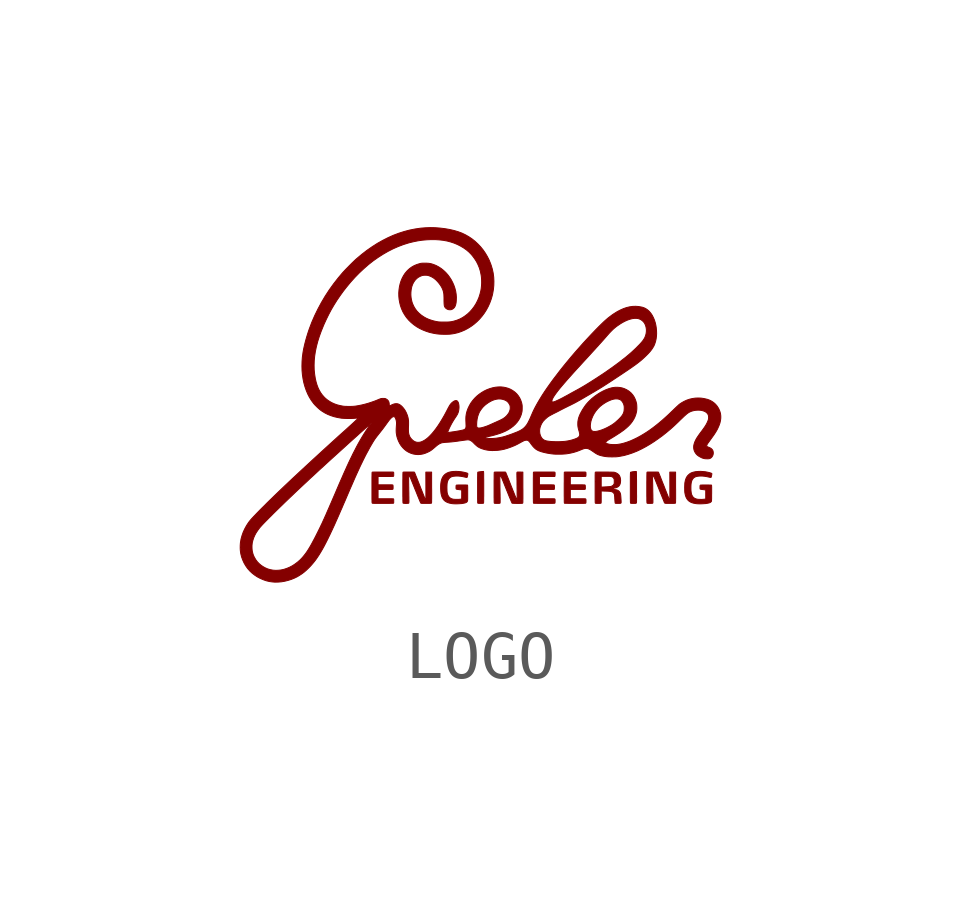
<source format=kicad_sym>
(kicad_symbol_lib
  (version 20220914)
  (generator "bitmap2component")
  (generator_version "8.0")
  (symbol "LOGO"
    (pin_names
      (offset 1.016))
    (property "Reference" "#G"
      (at 0 9.365 0)
      (effects (font (size 1.27 1.27)) hide))
    (symbol "LOGO_0_0"
      (polyline (pts (xy -4.214 -3.692) (xy -4.145 -3.686) (xy -4.076 -3.674) (xy -4.007 -3.657) (xy -3.94 -3.636) (xy -3.876 -3.61) (xy -3.815 -3.58) (xy -3.778 -3.558) (xy -3.727 -3.525) (xy -3.677 -3.488) (xy -3.629 -3.447) (xy -3.58 -3.4) (xy -3.551 -3.371) (xy -3.513 -3.329) (xy -3.475 -3.284) (xy -3.438 -3.237) (xy -3.402 -3.186) (xy -3.366 -3.132) (xy -3.33 -3.074) (xy -3.293 -3.011) (xy -3.256 -2.944) (xy -3.218 -2.871) (xy -3.178 -2.792) (xy -3.166 -2.767) (xy -3.147 -2.728) (xy -3.128 -2.689) (xy -3.11 -2.65) (xy -3.091 -2.61) (xy -3.072 -2.569) (xy -3.052 -2.526) (xy -3.032 -2.482) (xy -3.011 -2.434) (xy -2.989 -2.385) (xy -2.965 -2.331) (xy -2.94 -2.274) (xy -2.914 -2.213) (xy -2.885 -2.148) (xy -2.855 -2.077) (xy -2.822 -2.002) (xy -2.787 -1.92) (xy -2.755 -1.845) (xy -2.717 -1.756) (xy -2.68 -1.672) (xy -2.646 -1.594) (xy -2.614 -1.52) (xy -2.583 -1.451) (xy -2.553 -1.386) (xy -2.525 -1.324) (xy -2.498 -1.266) (xy -2.471 -1.211) (xy -2.446 -1.159) (xy -2.421 -1.109) (xy -2.397 -1.061) (xy -2.373 -1.015) (xy -2.348 -0.97) (xy -2.324 -0.925) (xy -2.3 -0.881) (xy -2.275 -0.838) (xy -2.249 -0.794) (xy -2.239 -0.777) (xy -2.227 -0.757) (xy -2.214 -0.738) (xy -2.202 -0.719) (xy -2.188 -0.699) (xy -2.172 -0.678) (xy -2.155 -0.655) (xy -2.134 -0.629) (xy -2.11 -0.598) (xy -2.108 -0.596) (xy -2.072 -0.55) (xy -2.038 -0.507) (xy -2.006 -0.464) (xy -1.973 -0.419) (xy -1.938 -0.37) (xy -1.918 -0.343) (xy -1.895 -0.313) (xy -1.873 -0.289) (xy -1.854 -0.27) (xy -1.837 -0.257) (xy -1.822 -0.249) (xy -1.808 -0.247) (xy -1.805 -0.247) (xy -1.797 -0.248) (xy -1.79 -0.252) (xy -1.782 -0.26) (xy -1.778 -0.266) (xy -1.769 -0.283) (xy -1.761 -0.305) (xy -1.754 -0.33) (xy -1.75 -0.356) (xy -1.749 -0.37) (xy -1.748 -0.384) (xy -1.749 -0.401) (xy -1.75 -0.422) (xy -1.752 -0.447) (xy -1.755 -0.496) (xy -1.756 -0.542) (xy -1.754 -0.584) (xy -1.748 -0.624) (xy -1.74 -0.663) (xy -1.728 -0.703) (xy -1.709 -0.752) (xy -1.684 -0.803) (xy -1.655 -0.849) (xy -1.621 -0.891) (xy -1.584 -0.928) (xy -1.543 -0.961) (xy -1.499 -0.987) (xy -1.453 -1.008) (xy -1.404 -1.024) (xy -1.353 -1.033) (xy -1.3 -1.037) (xy -1.298 -1.037) (xy -1.246 -1.033) (xy -1.193 -1.023) (xy -1.141 -1.006) (xy -1.089 -0.983) (xy -1.079 -0.978) (xy -1.056 -0.966) (xy -1.036 -0.953) (xy -1.017 -0.94) (xy -0.997 -0.924) (xy -0.974 -0.905) (xy -0.955 -0.889) (xy -0.938 -0.874) (xy -0.924 -0.862) (xy -0.913 -0.853) (xy -0.904 -0.846) (xy -0.897 -0.84) (xy -0.89 -0.835) (xy -0.883 -0.83) (xy -0.874 -0.824) (xy -0.85 -0.81) (xy -0.826 -0.799) (xy -0.805 -0.792) (xy -0.802 -0.791) (xy -0.79 -0.789) (xy -0.774 -0.787) (xy -0.755 -0.785) (xy -0.736 -0.783) (xy -0.709 -0.781) (xy -0.677 -0.779) (xy -0.65 -0.777) (xy -0.625 -0.775) (xy -0.601 -0.773) (xy -0.579 -0.77) (xy -0.556 -0.768) (xy -0.533 -0.765) (xy -0.508 -0.762) (xy -0.479 -0.758) (xy -0.448 -0.753) (xy -0.411 -0.748) (xy -0.368 -0.742) (xy -0.355 -0.74) (xy -0.332 -0.737) (xy -0.31 -0.734) (xy -0.291 -0.732) (xy -0.276 -0.73) (xy -0.267 -0.73) (xy -0.255 -0.73) (xy -0.235 -0.733) (xy -0.217 -0.739) (xy -0.199 -0.749) (xy -0.179 -0.762) (xy -0.158 -0.78) (xy -0.134 -0.804) (xy -0.124 -0.815) (xy -0.099 -0.838) (xy -0.076 -0.858) (xy -0.055 -0.874) (xy -0.033 -0.887) (xy -0.01 -0.899) (xy 0.015 -0.91) (xy 0.045 -0.92) (xy 0.049 -0.921) (xy 0.088 -0.933) (xy 0.125 -0.941) (xy 0.163 -0.947) (xy 0.201 -0.951) (xy 0.243 -0.953) (xy 0.29 -0.952) (xy 0.354 -0.949) (xy 0.423 -0.94) (xy 0.493 -0.926) (xy 0.562 -0.906) (xy 0.633 -0.881) (xy 0.707 -0.851) (xy 0.721 -0.845) (xy 0.736 -0.837) (xy 0.751 -0.83) (xy 0.765 -0.823) (xy 0.779 -0.816) (xy 0.796 -0.806) (xy 0.817 -0.795) (xy 0.842 -0.781) (xy 0.858 -0.772) (xy 0.882 -0.76) (xy 0.901 -0.75) (xy 0.918 -0.744) (xy 0.934 -0.74) (xy 0.948 -0.738) (xy 0.955 -0.737) (xy 0.97 -0.738) (xy 0.983 -0.741) (xy 0.995 -0.748) (xy 1.008 -0.759) (xy 1.022 -0.774) (xy 1.037 -0.793) (xy 1.055 -0.819) (xy 1.062 -0.828) (xy 1.091 -0.865) (xy 1.121 -0.897) (xy 1.151 -0.923) (xy 1.183 -0.943) (xy 1.217 -0.96) (xy 1.227 -0.963) (xy 1.269 -0.978) (xy 1.317 -0.991) (xy 1.368 -1.003) (xy 1.422 -1.013) (xy 1.477 -1.021) (xy 1.532 -1.027) (xy 1.541 -1.027) (xy 1.567 -1.029) (xy 1.598 -1.029) (xy 1.631 -1.029) (xy 1.665 -1.029) (xy 1.699 -1.028) (xy 1.731 -1.026) (xy 1.76 -1.024) (xy 1.783 -1.022) (xy 1.824 -1.016) (xy 1.882 -1.005) (xy 1.937 -0.992) (xy 1.991 -0.976) (xy 2.047 -0.956) (xy 2.105 -0.932) (xy 2.114 -0.928) (xy 2.142 -0.918) (xy 2.166 -0.911) (xy 2.19 -0.908) (xy 2.212 -0.909) (xy 2.235 -0.913) (xy 2.259 -0.922) (xy 2.284 -0.935) (xy 2.313 -0.953) (xy 2.345 -0.975) (xy 2.364 -0.988) (xy 2.389 -1.005) (xy 2.411 -1.019) (xy 2.431 -1.03) (xy 2.45 -1.039) (xy 2.47 -1.047) (xy 2.491 -1.054) (xy 2.516 -1.06) (xy 2.533 -1.065) (xy 2.565 -1.071) (xy 2.595 -1.077) (xy 2.626 -1.08) (xy 2.658 -1.083) (xy 2.694 -1.084) (xy 2.735 -1.085) (xy 2.749 -1.085) (xy 2.78 -1.084) (xy 2.805 -1.084) (xy 2.827 -1.083) (xy 2.847 -1.081) (xy 2.865 -1.079) (xy 2.901 -1.073) (xy 2.986 -1.057) (xy 3.07 -1.034) (xy 3.155 -1.006) (xy 3.242 -0.972) (xy 3.279 -0.956) (xy 3.361 -0.916) (xy 3.445 -0.871) (xy 3.53 -0.821) (xy 3.616 -0.766) (xy 3.702 -0.706) (xy 3.789 -0.643) (xy 3.874 -0.575) (xy 3.959 -0.504) (xy 4.041 -0.43) (xy 4.122 -0.353) (xy 4.156 -0.319) (xy 4.189 -0.288) (xy 4.218 -0.26) (xy 4.243 -0.236) (xy 4.266 -0.216) (xy 4.285 -0.199) (xy 4.303 -0.184) (xy 4.32 -0.172) (xy 4.335 -0.162) (xy 4.349 -0.154) (xy 4.363 -0.147) (xy 4.377 -0.141) (xy 4.392 -0.135) (xy 4.422 -0.126) (xy 4.462 -0.117) (xy 4.502 -0.113) (xy 4.541 -0.112) (xy 4.579 -0.114) (xy 4.615 -0.12) (xy 4.648 -0.13) (xy 4.677 -0.143) (xy 4.702 -0.159) (xy 4.721 -0.178) (xy 4.725 -0.183) (xy 4.736 -0.199) (xy 4.743 -0.214) (xy 4.747 -0.232) (xy 4.749 -0.253) (xy 4.75 -0.267) (xy 4.749 -0.285) (xy 4.746 -0.302) (xy 4.741 -0.321) (xy 4.733 -0.342) (xy 4.722 -0.367) (xy 4.716 -0.38) (xy 4.706 -0.399) (xy 4.695 -0.419) (xy 4.682 -0.44) (xy 4.667 -0.463) (xy 4.649 -0.489) (xy 4.628 -0.518) (xy 4.604 -0.551) (xy 4.583 -0.578) (xy 4.561 -0.608) (xy 4.542 -0.635) (xy 4.527 -0.657) (xy 4.513 -0.678) (xy 4.501 -0.696) (xy 4.491 -0.714) (xy 4.482 -0.731) (xy 4.481 -0.733) (xy 4.463 -0.771) (xy 4.45 -0.809) (xy 4.441 -0.845) (xy 4.438 -0.879) (xy 4.44 -0.909) (xy 4.441 -0.919) (xy 4.451 -0.957) (xy 4.467 -0.99) (xy 4.488 -1.021) (xy 4.514 -1.048) (xy 4.547 -1.072) (xy 4.585 -1.093) (xy 4.587 -1.094) (xy 4.614 -1.107) (xy 4.638 -1.115) (xy 4.662 -1.121) (xy 4.687 -1.124) (xy 4.717 -1.125) (xy 4.727 -1.125) (xy 4.743 -1.124) (xy 4.755 -1.124) (xy 4.764 -1.122) (xy 4.771 -1.12) (xy 4.779 -1.117) (xy 4.782 -1.116) (xy 4.803 -1.102) (xy 4.82 -1.084) (xy 4.834 -1.062) (xy 4.843 -1.037) (xy 4.847 -1.011) (xy 4.846 -0.985) (xy 4.84 -0.959) (xy 4.832 -0.942) (xy 4.817 -0.924) (xy 4.799 -0.908) (xy 4.78 -0.897) (xy 4.779 -0.897) (xy 4.767 -0.891) (xy 4.752 -0.885) (xy 4.737 -0.879) (xy 4.727 -0.875) (xy 4.718 -0.87) (xy 4.713 -0.867) (xy 4.711 -0.862) (xy 4.711 -0.856) (xy 4.71 -0.852) (xy 4.712 -0.843) (xy 4.715 -0.833) (xy 4.722 -0.821) (xy 4.731 -0.806) (xy 4.744 -0.788) (xy 4.761 -0.765) (xy 4.786 -0.73) (xy 4.814 -0.691) (xy 4.84 -0.655) (xy 4.862 -0.624) (xy 4.881 -0.595) (xy 4.898 -0.568) (xy 4.913 -0.543) (xy 4.926 -0.52) (xy 4.938 -0.497) (xy 4.941 -0.49) (xy 4.966 -0.434) (xy 4.985 -0.381) (xy 4.997 -0.329) (xy 5.003 -0.279) (xy 5.003 -0.231) (xy 4.997 -0.183) (xy 4.984 -0.137) (xy 4.965 -0.092) (xy 4.954 -0.07) (xy 4.926 -0.027) (xy 4.893 0.012) (xy 4.856 0.045) (xy 4.815 0.073) (xy 4.77 0.096) (xy 4.722 0.114) (xy 4.716 0.115) (xy 4.652 0.13) (xy 4.59 0.139) (xy 4.528 0.141) (xy 4.467 0.138) (xy 4.404 0.128) (xy 4.354 0.116) (xy 4.297 0.097) (xy 4.242 0.072) (xy 4.19 0.043) (xy 4.142 0.011) (xy 4.142 0.011) (xy 4.134 0.004) (xy 4.123 -0.006) (xy 4.108 -0.02) (xy 4.09 -0.036) (xy 4.071 -0.054) (xy 4.05 -0.074) (xy 4.028 -0.095) (xy 4.012 -0.111) (xy 3.971 -0.15) (xy 3.934 -0.186) (xy 3.9 -0.218) (xy 3.868 -0.247) (xy 3.838 -0.274) (xy 3.809 -0.3) (xy 3.781 -0.325) (xy 3.752 -0.349) (xy 3.723 -0.374) (xy 3.692 -0.399) (xy 3.681 -0.408) (xy 3.636 -0.444) (xy 3.594 -0.476) (xy 3.553 -0.506) (xy 3.514 -0.534) (xy 3.473 -0.562) (xy 3.418 -0.597) (xy 3.342 -0.643) (xy 3.267 -0.684) (xy 3.193 -0.72) (xy 3.122 -0.752) (xy 3.052 -0.778) (xy 2.985 -0.799) (xy 2.921 -0.815) (xy 2.86 -0.825) (xy 2.842 -0.827) (xy 2.814 -0.829) (xy 2.784 -0.829) (xy 2.755 -0.829) (xy 2.726 -0.827) (xy 2.701 -0.825) (xy 2.682 -0.822) (xy 2.671 -0.819) (xy 2.65 -0.814) (xy 2.632 -0.808) (xy 2.619 -0.802) (xy 2.612 -0.797) (xy 2.608 -0.79) (xy 2.609 -0.781) (xy 2.615 -0.771) (xy 2.627 -0.759) (xy 2.645 -0.745) (xy 2.669 -0.729) (xy 2.699 -0.711) (xy 2.707 -0.707) (xy 2.729 -0.693) (xy 2.756 -0.677) (xy 2.785 -0.659) (xy 2.816 -0.64) (xy 2.846 -0.62) (xy 2.876 -0.601) (xy 2.904 -0.583) (xy 2.928 -0.566) (xy 2.948 -0.552) (xy 2.984 -0.526) (xy 3.037 -0.483) (xy 3.084 -0.44) (xy 3.125 -0.396) (xy 3.16 -0.35) (xy 3.19 -0.303) (xy 3.214 -0.255) (xy 3.233 -0.205) (xy 3.247 -0.152) (xy 3.25 -0.137) (xy 3.253 -0.111) (xy 3.255 -0.082) (xy 3.255 -0.051) (xy 3.254 -0.022) (xy 3.252 0.005) (xy 3.249 0.027) (xy 3.238 0.069) (xy 3.22 0.119) (xy 3.198 0.164) (xy 3.17 0.206) (xy 3.137 0.244) (xy 3.126 0.254) (xy 3.087 0.286) (xy 3.045 0.312) (xy 2.999 0.334) (xy 2.951 0.35) (xy 2.901 0.36) (xy 2.85 0.364) (xy 2.798 0.363) (xy 2.747 0.356) (xy 2.725 0.351) (xy 2.667 0.334) (xy 2.607 0.311) (xy 2.547 0.283) (xy 2.487 0.25) (xy 2.429 0.213) (xy 2.372 0.172) (xy 2.317 0.128) (xy 2.267 0.08) (xy 2.242 0.055) (xy 2.218 0.028) (xy 2.195 0.001) (xy 2.174 -0.028) (xy 2.152 -0.06) (xy 2.124 -0.103) (xy 2.097 -0.151) (xy 2.074 -0.195) (xy 2.056 -0.237) (xy 2.042 -0.278) (xy 2.033 -0.318) (xy 2.027 -0.357) (xy 2.026 -0.397) (xy 2.026 -0.414) (xy 2.027 -0.427) (xy 2.287 -0.427) (xy 2.291 -0.392) (xy 2.297 -0.354) (xy 2.308 -0.315) (xy 2.316 -0.291) (xy 2.339 -0.235) (xy 2.368 -0.181) (xy 2.403 -0.13) (xy 2.443 -0.082) (xy 2.487 -0.037) (xy 2.537 0.003) (xy 2.591 0.039) (xy 2.611 0.051) (xy 2.635 0.064) (xy 2.661 0.077) (xy 2.686 0.088) (xy 2.709 0.098) (xy 2.728 0.105) (xy 2.73 0.106) (xy 2.771 0.117) (xy 2.81 0.123) (xy 2.846 0.123) (xy 2.879 0.117) (xy 2.908 0.106) (xy 2.915 0.102) (xy 2.934 0.087) (xy 2.952 0.066) (xy 2.967 0.042) (xy 2.98 0.015) (xy 2.988 -0.014) (xy 2.991 -0.027) (xy 2.993 -0.053) (xy 2.993 -0.081) (xy 2.991 -0.11) (xy 2.988 -0.136) (xy 2.982 -0.158) (xy 2.981 -0.162) (xy 2.972 -0.184) (xy 2.961 -0.205) (xy 2.947 -0.226) (xy 2.931 -0.247) (xy 2.91 -0.27) (xy 2.886 -0.295) (xy 2.856 -0.324) (xy 2.853 -0.326) (xy 2.82 -0.356) (xy 2.79 -0.381) (xy 2.76 -0.403) (xy 2.728 -0.424) (xy 2.694 -0.444) (xy 2.655 -0.465) (xy 2.649 -0.469) (xy 2.59 -0.497) (xy 2.534 -0.52) (xy 2.481 -0.538) (xy 2.432 -0.55) (xy 2.401 -0.555) (xy 2.376 -0.556) (xy 2.354 -0.555) (xy 2.337 -0.55) (xy 2.322 -0.542) (xy 2.31 -0.53) (xy 2.308 -0.529) (xy 2.298 -0.51) (xy 2.291 -0.487) (xy 2.287 -0.459) (xy 2.287 -0.427) (xy 2.027 -0.427) (xy 2.027 -0.437) (xy 2.03 -0.46) (xy 2.035 -0.484) (xy 2.041 -0.511) (xy 2.05 -0.542) (xy 2.055 -0.559) (xy 2.061 -0.585) (xy 2.065 -0.607) (xy 2.066 -0.625) (xy 2.064 -0.639) (xy 2.058 -0.652) (xy 2.05 -0.664) (xy 2.039 -0.676) (xy 2.036 -0.678) (xy 2.026 -0.686) (xy 2.015 -0.692) (xy 2.001 -0.699) (xy 1.981 -0.707) (xy 1.96 -0.715) (xy 1.911 -0.731) (xy 1.862 -0.744) (xy 1.811 -0.754) (xy 1.757 -0.762) (xy 1.699 -0.766) (xy 1.637 -0.769) (xy 1.612 -0.769) (xy 1.564 -0.769) (xy 1.517 -0.767) (xy 1.472 -0.765) (xy 1.431 -0.761) (xy 1.394 -0.756) (xy 1.364 -0.75) (xy 1.333 -0.739) (xy 1.307 -0.724) (xy 1.284 -0.703) (xy 1.266 -0.678) (xy 1.25 -0.647) (xy 1.245 -0.634) (xy 1.235 -0.596) (xy 1.231 -0.556) (xy 1.232 -0.515) (xy 1.24 -0.474) (xy 1.254 -0.433) (xy 1.272 -0.393) (xy 1.297 -0.354) (xy 1.306 -0.342) (xy 1.325 -0.322) (xy 1.346 -0.3) (xy 1.37 -0.279) (xy 1.393 -0.259) (xy 1.415 -0.243) (xy 1.417 -0.243) (xy 1.43 -0.234) (xy 1.448 -0.224) (xy 1.469 -0.212) (xy 1.493 -0.2) (xy 1.518 -0.186) (xy 1.543 -0.174) (xy 1.569 -0.161) (xy 1.597 -0.147) (xy 1.624 -0.133) (xy 1.65 -0.119) (xy 1.673 -0.107) (xy 1.692 -0.097) (xy 1.698 -0.094) (xy 1.72 -0.083) (xy 1.745 -0.07) (xy 1.773 -0.056) (xy 1.8 -0.043) (xy 1.825 -0.03) (xy 1.838 -0.024) (xy 1.864 -0.012) (xy 1.889 0.001) (xy 1.913 0.013) (xy 1.937 0.025) (xy 1.962 0.038) (xy 1.988 0.052) (xy 2.015 0.067) (xy 2.045 0.084) (xy 2.078 0.102) (xy 2.114 0.123) (xy 2.154 0.146) (xy 2.198 0.172) (xy 2.248 0.201) (xy 2.286 0.223) (xy 2.329 0.249) (xy 2.37 0.272) (xy 2.407 0.295) (xy 2.443 0.316) (xy 2.478 0.337) (xy 2.512 0.358) (xy 2.546 0.379) (xy 2.58 0.401) (xy 2.616 0.424) (xy 2.653 0.448) (xy 2.693 0.474) (xy 2.736 0.502) (xy 2.783 0.533) (xy 2.834 0.567) (xy 2.89 0.604) (xy 2.937 0.635) (xy 2.99 0.671) (xy 3.038 0.703) (xy 3.082 0.733) (xy 3.122 0.76) (xy 3.158 0.785) (xy 3.19 0.808) (xy 3.22 0.829) (xy 3.247 0.849) (xy 3.272 0.868) (xy 3.296 0.887) (xy 3.318 0.904) (xy 3.34 0.922) (xy 3.361 0.94) (xy 3.381 0.958) (xy 3.403 0.978) (xy 3.444 1.017) (xy 3.49 1.063) (xy 3.53 1.107) (xy 3.563 1.149) (xy 3.59 1.19) (xy 3.612 1.228) (xy 3.629 1.269) (xy 3.645 1.319) (xy 3.657 1.373) (xy 3.664 1.428) (xy 3.667 1.485) (xy 3.665 1.543) (xy 3.66 1.6) (xy 3.651 1.657) (xy 3.638 1.712) (xy 3.621 1.765) (xy 3.6 1.815) (xy 3.576 1.862) (xy 3.548 1.904) (xy 3.517 1.941) (xy 3.502 1.956) (xy 3.471 1.982) (xy 3.439 2.003) (xy 3.405 2.019) (xy 3.367 2.032) (xy 3.351 2.035) (xy 3.291 2.046) (xy 3.229 2.05) (xy 3.167 2.048) (xy 3.105 2.039) (xy 3.041 2.024) (xy 2.977 2.002) (xy 2.912 1.973) (xy 2.845 1.938) (xy 2.778 1.896) (xy 2.744 1.873) (xy 2.712 1.849) (xy 2.68 1.825) (xy 2.648 1.8) (xy 2.616 1.772) (xy 2.583 1.743) (xy 2.548 1.71) (xy 2.51 1.673) (xy 2.468 1.632) (xy 2.397 1.56) (xy 2.311 1.47) (xy 2.225 1.378) (xy 2.139 1.285) (xy 2.055 1.19) (xy 1.971 1.095) (xy 1.89 1) (xy 1.81 0.904) (xy 1.733 0.81) (xy 1.658 0.716) (xy 1.587 0.623) (xy 1.518 0.533) (xy 1.453 0.444) (xy 1.392 0.358) (xy 1.335 0.275) (xy 1.283 0.195) (xy 1.236 0.118) (xy 1.217 0.087) (xy 1.213 0.079) (xy 1.487 0.079) (xy 1.488 0.091) (xy 1.493 0.109) (xy 1.502 0.13) (xy 1.516 0.155) (xy 1.534 0.184) (xy 1.556 0.216) (xy 1.583 0.253) (xy 1.614 0.294) (xy 1.65 0.339) (xy 1.691 0.388) (xy 1.7 0.399) (xy 1.721 0.423) (xy 1.743 0.449) (xy 1.765 0.474) (xy 1.788 0.501) (xy 1.813 0.53) (xy 1.84 0.56) (xy 1.869 0.592) (xy 1.9 0.627) (xy 1.933 0.664) (xy 1.97 0.705) (xy 2.01 0.749) (xy 2.054 0.796) (xy 2.102 0.849) (xy 2.153 0.905) (xy 2.189 0.944) (xy 2.236 0.995) (xy 2.279 1.042) (xy 2.318 1.085) (xy 2.354 1.124) (xy 2.387 1.16) (xy 2.417 1.194) (xy 2.445 1.224) (xy 2.47 1.253) (xy 2.494 1.279) (xy 2.517 1.304) (xy 2.538 1.328) (xy 2.559 1.351) (xy 2.579 1.374) (xy 2.599 1.397) (xy 2.619 1.42) (xy 2.639 1.443) (xy 2.655 1.461) (xy 2.684 1.494) (xy 2.711 1.522) (xy 2.736 1.547) (xy 2.759 1.57) (xy 2.783 1.591) (xy 2.807 1.611) (xy 2.832 1.631) (xy 2.852 1.645) (xy 2.906 1.682) (xy 2.96 1.715) (xy 3.012 1.742) (xy 3.062 1.764) (xy 3.111 1.781) (xy 3.158 1.793) (xy 3.202 1.799) (xy 3.243 1.8) (xy 3.281 1.795) (xy 3.308 1.787) (xy 3.339 1.772) (xy 3.368 1.752) (xy 3.394 1.727) (xy 3.415 1.699) (xy 3.422 1.686) (xy 3.438 1.65) (xy 3.448 1.611) (xy 3.454 1.571) (xy 3.454 1.529) (xy 3.449 1.486) (xy 3.439 1.445) (xy 3.424 1.405) (xy 3.417 1.391) (xy 3.405 1.371) (xy 3.391 1.349) (xy 3.375 1.327) (xy 3.356 1.304) (xy 3.333 1.278) (xy 3.305 1.248) (xy 3.273 1.216) (xy 3.242 1.184) (xy 3.192 1.137) (xy 3.139 1.088) (xy 3.082 1.039) (xy 3.021 0.988) (xy 2.954 0.936) (xy 2.884 0.881) (xy 2.808 0.825) (xy 2.726 0.765) (xy 2.721 0.762) (xy 2.664 0.722) (xy 2.604 0.68) (xy 2.542 0.638) (xy 2.478 0.596) (xy 2.414 0.554) (xy 2.35 0.513) (xy 2.287 0.473) (xy 2.226 0.435) (xy 2.167 0.399) (xy 2.111 0.366) (xy 2.059 0.336) (xy 2.012 0.31) (xy 2.003 0.305) (xy 1.982 0.294) (xy 1.957 0.28) (xy 1.929 0.265) (xy 1.9 0.249) (xy 1.871 0.233) (xy 1.843 0.217) (xy 1.836 0.213) (xy 1.792 0.189) (xy 1.751 0.167) (xy 1.711 0.145) (xy 1.674 0.126) (xy 1.64 0.109) (xy 1.61 0.095) (xy 1.583 0.083) (xy 1.562 0.073) (xy 1.546 0.067) (xy 1.542 0.066) (xy 1.522 0.06) (xy 1.507 0.057) (xy 1.497 0.058) (xy 1.491 0.061) (xy 1.488 0.069) (xy 1.487 0.079) (xy 1.213 0.079) (xy 1.189 0.039) (xy 1.164 -0.006) (xy 1.141 -0.048) (xy 1.12 -0.089) (xy 1.1 -0.13) (xy 1.081 -0.172) (xy 1.062 -0.217) (xy 1.058 -0.225) (xy 1.04 -0.268) (xy 1.023 -0.305) (xy 1.007 -0.338) (xy 0.993 -0.366) (xy 0.979 -0.391) (xy 0.965 -0.413) (xy 0.951 -0.432) (xy 0.936 -0.45) (xy 0.921 -0.467) (xy 0.916 -0.472) (xy 0.893 -0.493) (xy 0.866 -0.513) (xy 0.836 -0.531) (xy 0.799 -0.55) (xy 0.794 -0.552) (xy 0.768 -0.564) (xy 0.738 -0.576) (xy 0.704 -0.589) (xy 0.668 -0.603) (xy 0.63 -0.617) (xy 0.593 -0.63) (xy 0.556 -0.642) (xy 0.522 -0.654) (xy 0.491 -0.663) (xy 0.465 -0.67) (xy 0.461 -0.671) (xy 0.391 -0.686) (xy 0.321 -0.697) (xy 0.254 -0.702) (xy 0.189 -0.702) (xy 0.127 -0.696) (xy 0.121 -0.696) (xy 0.101 -0.692) (xy 0.086 -0.689) (xy 0.078 -0.685) (xy 0.077 -0.682) (xy 0.082 -0.679) (xy 0.084 -0.678) (xy 0.091 -0.676) (xy 0.104 -0.674) (xy 0.12 -0.67) (xy 0.138 -0.667) (xy 0.188 -0.656) (xy 0.249 -0.642) (xy 0.307 -0.626) (xy 0.361 -0.61) (xy 0.41 -0.594) (xy 0.443 -0.582) (xy 0.511 -0.553) (xy 0.573 -0.521) (xy 0.629 -0.485) (xy 0.68 -0.447) (xy 0.725 -0.405) (xy 0.764 -0.361) (xy 0.798 -0.313) (xy 0.825 -0.263) (xy 0.847 -0.209) (xy 0.862 -0.153) (xy 0.865 -0.135) (xy 0.867 -0.111) (xy 0.868 -0.084) (xy 0.868 -0.056) (xy 0.868 -0.029) (xy 0.866 -0.004) (xy 0.862 0.016) (xy 0.855 0.046) (xy 0.837 0.098) (xy 0.814 0.146) (xy 0.785 0.19) (xy 0.752 0.23) (xy 0.714 0.265) (xy 0.671 0.296) (xy 0.624 0.323) (xy 0.573 0.344) (xy 0.518 0.359) (xy 0.482 0.366) (xy 0.425 0.372) (xy 0.367 0.371) (xy 0.309 0.365) (xy 0.25 0.353) (xy 0.192 0.336) (xy 0.134 0.314) (xy 0.078 0.287) (xy 0.024 0.255) (xy -0.028 0.219) (xy -0.077 0.179) (xy -0.122 0.135) (xy -0.164 0.086) (xy -0.201 0.035) (xy -0.209 0.022) (xy -0.223 -0.003) (xy -0.238 -0.031) (xy -0.252 -0.06) (xy -0.264 -0.087) (xy -0.273 -0.112) (xy -0.281 -0.135) (xy -0.291 -0.171) (xy -0.298 -0.206) (xy -0.303 -0.242) (xy -0.305 -0.28) (xy -0.305 -0.322) (xy -0.303 -0.369) (xy -0.303 -0.377) (xy -0.302 -0.402) (xy -0.08 -0.402) (xy -0.077 -0.349) (xy -0.07 -0.297) (xy -0.059 -0.247) (xy -0.044 -0.201) (xy -0.026 -0.158) (xy -0.006 -0.123) (xy 0.024 -0.081) (xy 0.058 -0.041) (xy 0.096 -0.006) (xy 0.112 0.007) (xy 0.157 0.04) (xy 0.203 0.068) (xy 0.249 0.091) (xy 0.294 0.107) (xy 0.338 0.117) (xy 0.381 0.122) (xy 0.422 0.12) (xy 0.432 0.119) (xy 0.473 0.11) (xy 0.508 0.098) (xy 0.539 0.082) (xy 0.565 0.062) (xy 0.586 0.037) (xy 0.604 0.008) (xy 0.609 -0.003) (xy 0.614 -0.014) (xy 0.617 -0.024) (xy 0.618 -0.036) (xy 0.619 -0.052) (xy 0.62 -0.059) (xy 0.619 -0.084) (xy 0.615 -0.106) (xy 0.608 -0.129) (xy 0.597 -0.155) (xy 0.592 -0.166) (xy 0.569 -0.2) (xy 0.541 -0.233) (xy 0.508 -0.263) (xy 0.469 -0.29) (xy 0.426 -0.313) (xy 0.415 -0.318) (xy 0.398 -0.327) (xy 0.375 -0.337) (xy 0.35 -0.348) (xy 0.323 -0.361) (xy 0.294 -0.373) (xy 0.266 -0.386) (xy 0.239 -0.398) (xy 0.214 -0.409) (xy 0.192 -0.419) (xy 0.175 -0.427) (xy 0.153 -0.436) (xy 0.123 -0.447) (xy 0.091 -0.458) (xy 0.059 -0.468) (xy 0.03 -0.476) (xy 0.025 -0.477) (xy 0.003 -0.482) (xy -0.018 -0.484) (xy -0.036 -0.485) (xy -0.05 -0.483) (xy -0.05 -0.483) (xy -0.06 -0.479) (xy -0.07 -0.472) (xy -0.072 -0.469) (xy -0.075 -0.465) (xy -0.077 -0.46) (xy -0.078 -0.453) (xy -0.079 -0.441) (xy -0.08 -0.424) (xy -0.08 -0.402) (xy -0.302 -0.402) (xy -0.302 -0.405) (xy -0.301 -0.428) (xy -0.301 -0.446) (xy -0.302 -0.461) (xy -0.304 -0.472) (xy -0.307 -0.482) (xy -0.31 -0.49) (xy -0.314 -0.497) (xy -0.321 -0.505) (xy -0.33 -0.512) (xy -0.343 -0.518) (xy -0.358 -0.524) (xy -0.379 -0.529) (xy -0.405 -0.535) (xy -0.436 -0.541) (xy -0.437 -0.542) (xy -0.452 -0.544) (xy -0.471 -0.547) (xy -0.493 -0.551) (xy -0.517 -0.555) (xy -0.543 -0.559) (xy -0.569 -0.563) (xy -0.594 -0.566) (xy -0.617 -0.57) (xy -0.638 -0.573) (xy -0.655 -0.575) (xy -0.668 -0.576) (xy -0.675 -0.577) (xy -0.68 -0.576) (xy -0.683 -0.574) (xy -0.682 -0.568) (xy -0.681 -0.564) (xy -0.677 -0.553) (xy -0.671 -0.537) (xy -0.663 -0.518) (xy -0.654 -0.498) (xy -0.644 -0.476) (xy -0.634 -0.455) (xy -0.624 -0.435) (xy -0.597 -0.384) (xy -0.562 -0.325) (xy -0.522 -0.263) (xy -0.511 -0.248) (xy -0.498 -0.227) (xy -0.487 -0.209) (xy -0.478 -0.193) (xy -0.472 -0.178) (xy -0.466 -0.163) (xy -0.46 -0.145) (xy -0.453 -0.113) (xy -0.449 -0.08) (xy -0.447 -0.048) (xy -0.449 -0.017) (xy -0.453 0.011) (xy -0.459 0.037) (xy -0.468 0.058) (xy -0.48 0.074) (xy -0.485 0.079) (xy -0.492 0.084) (xy -0.5 0.086) (xy -0.511 0.087) (xy -0.523 0.086) (xy -0.545 0.079) (xy -0.568 0.065) (xy -0.593 0.045) (xy -0.602 0.037) (xy -0.614 0.024) (xy -0.625 0.011) (xy -0.636 -0.005) (xy -0.647 -0.022) (xy -0.659 -0.044) (xy -0.673 -0.069) (xy -0.689 -0.1) (xy -0.709 -0.139) (xy -0.753 -0.221) (xy -0.797 -0.297) (xy -0.84 -0.368) (xy -0.883 -0.434) (xy -0.926 -0.495) (xy -0.968 -0.55) (xy -1.009 -0.599) (xy -1.05 -0.643) (xy -1.089 -0.681) (xy -1.128 -0.713) (xy -1.166 -0.739) (xy -1.203 -0.759) (xy -1.239 -0.774) (xy -1.273 -0.781) (xy -1.306 -0.783) (xy -1.338 -0.778) (xy -1.341 -0.777) (xy -1.364 -0.769) (xy -1.385 -0.758) (xy -1.406 -0.743) (xy -1.429 -0.722) (xy -1.433 -0.718) (xy -1.446 -0.703) (xy -1.457 -0.69) (xy -1.465 -0.678) (xy -1.473 -0.663) (xy -1.476 -0.656) (xy -1.485 -0.635) (xy -1.492 -0.612) (xy -1.497 -0.588) (xy -1.5 -0.562) (xy -1.501 -0.532) (xy -1.501 -0.497) (xy -1.5 -0.457) (xy -1.499 -0.446) (xy -1.498 -0.404) (xy -1.498 -0.366) (xy -1.499 -0.332) (xy -1.503 -0.301) (xy -1.508 -0.272) (xy -1.516 -0.243) (xy -1.525 -0.213) (xy -1.526 -0.212) (xy -1.547 -0.161) (xy -1.573 -0.113) (xy -1.603 -0.071) (xy -1.637 -0.033) (xy -1.656 -0.017) (xy -1.681 0.002) (xy -1.705 0.014) (xy -1.729 0.021) (xy -1.755 0.023) (xy -1.761 0.023) (xy -1.786 0.02) (xy -1.812 0.013) (xy -1.837 0.003) (xy -1.86 -0.008) (xy -1.861 -0.009) (xy -1.872 -0.015) (xy -1.883 -0.02) (xy -1.89 -0.022) (xy -1.895 -0.021) (xy -1.898 -0.017) (xy -1.9 -0.007) (xy -1.9 0.009) (xy -1.9 0.009) (xy -1.903 0.04) (xy -1.911 0.066) (xy -1.925 0.089) (xy -1.944 0.108) (xy -1.967 0.122) (xy -1.972 0.124) (xy -1.981 0.128) (xy -1.989 0.13) (xy -1.998 0.131) (xy -2.011 0.132) (xy -2.028 0.132) (xy -2.033 0.132) (xy -2.043 0.132) (xy -2.052 0.131) (xy -2.06 0.131) (xy -2.067 0.13) (xy -2.076 0.127) (xy -2.086 0.124) (xy -2.099 0.119) (xy -2.115 0.113) (xy -2.136 0.104) (xy -2.162 0.093) (xy -2.211 0.074) (xy -2.277 0.051) (xy -2.345 0.029) (xy -2.414 0.01) (xy -2.481 -0.006) (xy -2.547 -0.019) (xy -2.608 -0.029) (xy -2.609 -0.029) (xy -2.63 -0.031) (xy -2.656 -0.033) (xy -2.685 -0.034) (xy -2.715 -0.035) (xy -2.747 -0.035) (xy -2.777 -0.034) (xy -2.804 -0.034) (xy -2.828 -0.032) (xy -2.847 -0.031) (xy -2.872 -0.027) (xy -2.932 -0.015) (xy -2.989 -0.000200) (xy -3.042 0.019) (xy -3.093 0.042) (xy -3.122 0.058) (xy -3.163 0.083) (xy -3.2 0.11) (xy -3.236 0.141) (xy -3.256 0.161) (xy -3.294 0.204) (xy -3.328 0.251) (xy -3.357 0.301) (xy -3.383 0.355) (xy -3.405 0.414) (xy -3.424 0.478) (xy -3.44 0.548) (xy -3.44 0.548) (xy -3.454 0.638) (xy -3.463 0.729) (xy -3.465 0.822) (xy -3.462 0.917) (xy -3.453 1.013) (xy -3.438 1.112) (xy -3.417 1.212) (xy -3.39 1.316) (xy -3.357 1.421) (xy -3.318 1.529) (xy -3.273 1.64) (xy -3.261 1.669) (xy -3.211 1.778) (xy -3.16 1.882) (xy -3.107 1.982) (xy -3.05 2.079) (xy -2.99 2.175) (xy -2.925 2.27) (xy -2.855 2.367) (xy -2.794 2.445) (xy -2.707 2.551) (xy -2.617 2.651) (xy -2.524 2.746) (xy -2.429 2.835) (xy -2.333 2.919) (xy -2.234 2.997) (xy -2.133 3.068) (xy -2.03 3.134) (xy -1.926 3.194) (xy -1.82 3.248) (xy -1.713 3.295) (xy -1.605 3.336) (xy -1.496 3.37) (xy -1.479 3.375) (xy -1.391 3.396) (xy -1.301 3.414) (xy -1.211 3.427) (xy -1.121 3.435) (xy -1.033 3.439) (xy -0.946 3.439) (xy -0.862 3.434) (xy -0.78 3.425) (xy -0.703 3.411) (xy -0.696 3.41) (xy -0.621 3.39) (xy -0.549 3.366) (xy -0.479 3.337) (xy -0.413 3.303) (xy -0.351 3.266) (xy -0.293 3.225) (xy -0.24 3.18) (xy -0.193 3.132) (xy -0.169 3.104) (xy -0.124 3.044) (xy -0.084 2.982) (xy -0.051 2.916) (xy -0.023 2.848) (xy -0.002 2.777) (xy 0.013 2.703) (xy 0.019 2.659) (xy 0.023 2.599) (xy 0.024 2.538) (xy 0.021 2.478) (xy 0.015 2.421) (xy 0.007 2.374) (xy -0.011 2.303) (xy -0.033 2.234) (xy -0.061 2.168) (xy -0.093 2.106) (xy -0.13 2.047) (xy -0.171 1.992) (xy -0.215 1.942) (xy -0.264 1.895) (xy -0.316 1.854) (xy -0.371 1.817) (xy -0.429 1.786) (xy -0.49 1.761) (xy -0.553 1.742) (xy -0.569 1.738) (xy -0.592 1.733) (xy -0.614 1.729) (xy -0.637 1.726) (xy -0.661 1.724) (xy -0.688 1.723) (xy -0.719 1.722) (xy -0.755 1.722) (xy -0.761 1.722) (xy -0.796 1.722) (xy -0.826 1.723) (xy -0.853 1.724) (xy -0.877 1.726) (xy -0.9 1.73) (xy -0.924 1.734) (xy -0.95 1.74) (xy -0.979 1.747) (xy -1.004 1.754) (xy -1.068 1.775) (xy -1.128 1.801) (xy -1.183 1.832) (xy -1.234 1.867) (xy -1.28 1.906) (xy -1.322 1.949) (xy -1.358 1.997) (xy -1.388 2.047) (xy -1.413 2.102) (xy -1.425 2.135) (xy -1.437 2.184) (xy -1.446 2.236) (xy -1.45 2.289) (xy -1.449 2.342) (xy -1.444 2.393) (xy -1.435 2.442) (xy -1.426 2.474) (xy -1.408 2.52) (xy -1.385 2.561) (xy -1.359 2.597) (xy -1.328 2.629) (xy -1.294 2.655) (xy -1.256 2.675) (xy -1.215 2.691) (xy -1.202 2.694) (xy -1.174 2.697) (xy -1.143 2.698) (xy -1.113 2.696) (xy -1.085 2.691) (xy -1.069 2.685) (xy -1.042 2.675) (xy -1.015 2.662) (xy -0.989 2.647) (xy -0.967 2.632) (xy -0.964 2.63) (xy -0.926 2.598) (xy -0.891 2.562) (xy -0.858 2.522) (xy -0.828 2.48) (xy -0.803 2.437) (xy -0.784 2.394) (xy -0.784 2.392) (xy -0.777 2.373) (xy -0.772 2.354) (xy -0.768 2.334) (xy -0.764 2.312) (xy -0.762 2.288) (xy -0.761 2.26) (xy -0.76 2.227) (xy -0.76 2.188) (xy -0.76 2.164) (xy -0.759 2.132) (xy -0.758 2.106) (xy -0.756 2.084) (xy -0.754 2.066) (xy -0.75 2.051) (xy -0.745 2.039) (xy -0.738 2.029) (xy -0.73 2.019) (xy -0.72 2.009) (xy -0.716 2.005) (xy -0.692 1.99) (xy -0.666 1.981) (xy -0.637 1.978) (xy -0.626 1.979) (xy -0.614 1.98) (xy -0.603 1.983) (xy -0.589 1.989) (xy -0.577 1.996) (xy -0.559 2.01) (xy -0.543 2.026) (xy -0.531 2.047) (xy -0.521 2.072) (xy -0.513 2.101) (xy -0.507 2.136) (xy -0.504 2.177) (xy -0.502 2.239) (xy -0.507 2.302) (xy -0.517 2.365) (xy -0.533 2.427) (xy -0.554 2.488) (xy -0.58 2.547) (xy -0.61 2.604) (xy -0.645 2.658) (xy -0.683 2.709) (xy -0.725 2.756) (xy -0.771 2.799) (xy -0.82 2.838) (xy -0.871 2.871) (xy -0.925 2.9) (xy -0.981 2.922) (xy -0.987 2.924) (xy -1.012 2.932) (xy -1.034 2.938) (xy -1.055 2.942) (xy -1.076 2.945) (xy -1.098 2.947) (xy -1.124 2.948) (xy -1.155 2.948) (xy -1.168 2.948) (xy -1.19 2.948) (xy -1.206 2.948) (xy -1.22 2.947) (xy -1.231 2.946) (xy -1.241 2.945) (xy -1.252 2.942) (xy -1.264 2.939) (xy -1.272 2.937) (xy -1.329 2.919) (xy -1.381 2.897) (xy -1.43 2.869) (xy -1.475 2.837) (xy -1.518 2.798) (xy -1.532 2.783) (xy -1.57 2.738) (xy -1.603 2.688) (xy -1.631 2.635) (xy -1.655 2.578) (xy -1.674 2.518) (xy -1.688 2.456) (xy -1.697 2.393) (xy -1.702 2.328) (xy -1.701 2.262) (xy -1.695 2.196) (xy -1.683 2.13) (xy -1.667 2.065) (xy -1.645 2.001) (xy -1.643 1.997) (xy -1.615 1.934) (xy -1.58 1.874) (xy -1.541 1.817) (xy -1.496 1.764) (xy -1.446 1.715) (xy -1.391 1.669) (xy -1.332 1.627) (xy -1.269 1.59) (xy -1.202 1.558) (xy -1.131 1.53) (xy -1.057 1.506) (xy -0.981 1.489) (xy -0.953 1.484) (xy -0.919 1.478) (xy -0.886 1.474) (xy -0.851 1.471) (xy -0.814 1.469) (xy -0.772 1.468) (xy -0.732 1.467) (xy -0.692 1.468) (xy -0.656 1.469) (xy -0.622 1.472) (xy -0.589 1.476) (xy -0.555 1.482) (xy -0.542 1.484) (xy -0.468 1.502) (xy -0.396 1.527) (xy -0.326 1.557) (xy -0.259 1.593) (xy -0.194 1.634) (xy -0.132 1.68) (xy -0.073 1.731) (xy -0.018 1.786) (xy 0.033 1.846) (xy 0.08 1.909) (xy 0.123 1.977) (xy 0.161 2.047) (xy 0.194 2.121) (xy 0.222 2.197) (xy 0.245 2.276) (xy 0.254 2.316) (xy 0.269 2.402) (xy 0.277 2.488) (xy 0.279 2.573) (xy 0.275 2.658) (xy 0.264 2.742) (xy 0.246 2.825) (xy 0.222 2.905) (xy 0.212 2.933) (xy 0.181 3.011) (xy 0.143 3.086) (xy 0.101 3.157) (xy 0.054 3.225) (xy 0.002 3.289) (xy -0.054 3.348) (xy -0.114 3.404) (xy -0.177 3.454) (xy -0.244 3.499) (xy -0.314 3.539) (xy -0.387 3.574) (xy -0.462 3.602) (xy -0.549 3.628) (xy -0.644 3.65) (xy -0.742 3.667) (xy -0.842 3.679) (xy -0.944 3.687) (xy -1.046 3.689) (xy -1.147 3.685) (xy -1.248 3.677) (xy -1.363 3.66) (xy -1.478 3.637) (xy -1.591 3.607) (xy -1.704 3.571) (xy -1.817 3.528) (xy -1.928 3.478) (xy -2.038 3.422) (xy -2.148 3.36) (xy -2.257 3.29) (xy -2.365 3.215) (xy -2.472 3.132) (xy -2.578 3.043) (xy -2.583 3.039) (xy -2.602 3.022) (xy -2.624 3.001) (xy -2.649 2.977) (xy -2.676 2.951) (xy -2.704 2.923) (xy -2.733 2.894) (xy -2.761 2.865) (xy -2.789 2.837) (xy -2.815 2.81) (xy -2.838 2.785) (xy -2.859 2.763) (xy -2.875 2.745) (xy -2.961 2.643) (xy -3.058 2.519) (xy -3.149 2.392) (xy -3.234 2.262) (xy -3.312 2.13) (xy -3.385 1.994) (xy -3.452 1.857) (xy -3.513 1.717) (xy -3.567 1.574) (xy -3.578 1.542) (xy -3.599 1.478) (xy -3.619 1.413) (xy -3.638 1.347) (xy -3.655 1.282) (xy -3.67 1.219) (xy -3.683 1.16) (xy -3.693 1.105) (xy -3.696 1.087) (xy -3.709 0.992) (xy -3.716 0.898) (xy -3.718 0.805) (xy -3.716 0.715) (xy -3.708 0.626) (xy -3.695 0.539) (xy -3.678 0.456) (xy -3.655 0.375) (xy -3.628 0.297) (xy -3.597 0.224) (xy -3.561 0.154) (xy -3.52 0.089) (xy -3.475 0.028) (xy -3.469 0.021) (xy -3.449 -0.002) (xy -3.426 -0.025) (xy -3.401 -0.05) (xy -3.376 -0.073) (xy -3.352 -0.094) (xy -3.331 -0.111) (xy -3.3 -0.133) (xy -3.242 -0.169) (xy -3.181 -0.2) (xy -3.116 -0.226) (xy -3.048 -0.248) (xy -2.975 -0.265) (xy -2.897 -0.279) (xy -2.882 -0.28) (xy -2.854 -0.282) (xy -2.823 -0.284) (xy -2.788 -0.285) (xy -2.753 -0.286) (xy -2.717 -0.286) (xy -2.683 -0.285) (xy -2.652 -0.284) (xy -2.626 -0.282) (xy -2.613 -0.281) (xy -2.594 -0.279) (xy -2.577 -0.278) (xy -2.564 -0.277) (xy -2.556 -0.277) (xy -2.542 -0.277) (xy -2.565 -0.299) (xy -2.591 -0.323) (xy -2.636 -0.365) (xy -2.686 -0.411) (xy -2.74 -0.46) (xy -2.799 -0.514) (xy -2.864 -0.572) (xy -2.9 -0.604) (xy -2.957 -0.655) (xy -3.017 -0.71) (xy -3.081 -0.768) (xy -3.148 -0.829) (xy -3.216 -0.891) (xy -3.287 -0.956) (xy -3.358 -1.021) (xy -3.431 -1.088) (xy -3.503 -1.154) (xy -3.575 -1.221) (xy -3.647 -1.287) (xy -3.717 -1.352) (xy -3.785 -1.415) (xy -3.85 -1.476) (xy -3.913 -1.534) (xy -3.972 -1.59) (xy -4.027 -1.642) (xy -4.078 -1.69) (xy -4.128 -1.738) (xy -4.184 -1.791) (xy -4.239 -1.844) (xy -4.293 -1.896) (xy -4.346 -1.948) (xy -4.398 -1.998) (xy -4.448 -2.047) (xy -4.495 -2.095) (xy -4.541 -2.14) (xy -4.584 -2.183) (xy -4.624 -2.224) (xy -4.661 -2.262) (xy -4.694 -2.297) (xy -4.725 -2.329) (xy -4.751 -2.357) (xy -4.773 -2.381) (xy -4.791 -2.402) (xy -4.804 -2.418) (xy -4.829 -2.45) (xy -4.872 -2.516) (xy -4.909 -2.584) (xy -4.941 -2.653) (xy -4.966 -2.724) (xy -4.986 -2.796) (xy -4.998 -2.868) (xy -4.999 -2.872) (xy -5.001 -2.9) (xy -5.003 -2.932) (xy -5.003 -2.966) (xy -5.003 -2.967) (xy -4.758 -2.967) (xy -4.758 -2.932) (xy -4.755 -2.898) (xy -4.751 -2.868) (xy -4.74 -2.824) (xy -4.723 -2.771) (xy -4.7 -2.718) (xy -4.672 -2.666) (xy -4.637 -2.614) (xy -4.597 -2.56) (xy -4.589 -2.551) (xy -4.574 -2.534) (xy -4.555 -2.513) (xy -4.531 -2.487) (xy -4.504 -2.459) (xy -4.473 -2.427) (xy -4.438 -2.392) (xy -4.401 -2.354) (xy -4.36 -2.314) (xy -4.318 -2.271) (xy -4.273 -2.227) (xy -4.226 -2.181) (xy -4.177 -2.133) (xy -4.127 -2.085) (xy -4.076 -2.035) (xy -4.024 -1.985) (xy -3.971 -1.934) (xy -3.918 -1.884) (xy -3.865 -1.833) (xy -3.806 -1.777) (xy -3.743 -1.718) (xy -3.68 -1.659) (xy -3.615 -1.599) (xy -3.55 -1.537) (xy -3.482 -1.475) (xy -3.413 -1.411) (xy -3.342 -1.345) (xy -3.268 -1.278) (xy -3.192 -1.208) (xy -3.112 -1.135) (xy -3.029 -1.06) (xy -2.943 -0.982) (xy -2.852 -0.9) (xy -2.758 -0.814) (xy -2.659 -0.725) (xy -2.555 -0.632) (xy -2.552 -0.629) (xy -2.516 -0.596) (xy -2.481 -0.565) (xy -2.447 -0.535) (xy -2.416 -0.507) (xy -2.387 -0.481) (xy -2.361 -0.457) (xy -2.337 -0.436) (xy -2.317 -0.418) (xy -2.301 -0.404) (xy -2.289 -0.392) (xy -2.28 -0.385) (xy -2.277 -0.382) (xy -2.269 -0.375) (xy -2.277 -0.387) (xy -2.306 -0.426) (xy -2.348 -0.487) (xy -2.389 -0.548) (xy -2.428 -0.609) (xy -2.466 -0.671) (xy -2.504 -0.736) (xy -2.542 -0.803) (xy -2.581 -0.875) (xy -2.62 -0.952) (xy -2.662 -1.033) (xy -2.667 -1.044) (xy -2.683 -1.078) (xy -2.7 -1.112) (xy -2.716 -1.145) (xy -2.732 -1.179) (xy -2.749 -1.214) (xy -2.765 -1.25) (xy -2.783 -1.288) (xy -2.8 -1.327) (xy -2.819 -1.369) (xy -2.839 -1.413) (xy -2.86 -1.461) (xy -2.882 -1.512) (xy -2.907 -1.568) (xy -2.933 -1.627) (xy -2.961 -1.692) (xy -2.991 -1.762) (xy -3.023 -1.838) (xy -3.045 -1.889) (xy -3.076 -1.96) (xy -3.104 -2.026) (xy -3.131 -2.087) (xy -3.155 -2.143) (xy -3.178 -2.195) (xy -3.199 -2.243) (xy -3.218 -2.288) (xy -3.237 -2.329) (xy -3.254 -2.368) (xy -3.271 -2.404) (xy -3.286 -2.438) (xy -3.301 -2.471) (xy -3.317 -2.503) (xy -3.331 -2.534) (xy -3.346 -2.564) (xy -3.361 -2.595) (xy -3.377 -2.626) (xy -3.392 -2.658) (xy -3.401 -2.675) (xy -3.432 -2.737) (xy -3.461 -2.793) (xy -3.489 -2.845) (xy -3.514 -2.892) (xy -3.538 -2.935) (xy -3.561 -2.974) (xy -3.583 -3.01) (xy -3.604 -3.043) (xy -3.625 -3.074) (xy -3.646 -3.103) (xy -3.668 -3.131) (xy -3.689 -3.157) (xy -3.712 -3.184) (xy -3.754 -3.228) (xy -3.805 -3.273) (xy -3.859 -3.314) (xy -3.915 -3.351) (xy -3.974 -3.382) (xy -4.034 -3.407) (xy -4.095 -3.427) (xy -4.156 -3.44) (xy -4.2 -3.445) (xy -4.261 -3.448) (xy -4.32 -3.444) (xy -4.378 -3.433) (xy -4.433 -3.417) (xy -4.487 -3.393) (xy -4.516 -3.377) (xy -4.564 -3.346) (xy -4.607 -3.31) (xy -4.646 -3.27) (xy -4.679 -3.226) (xy -4.707 -3.178) (xy -4.721 -3.15) (xy -4.733 -3.12) (xy -4.742 -3.09) (xy -4.75 -3.057) (xy -4.754 -3.034) (xy -4.757 -3.002) (xy -4.758 -2.967) (xy -5.003 -2.967) (xy -5.003 -2.999) (xy -5.001 -3.03) (xy -4.998 -3.057) (xy -4.991 -3.102) (xy -4.975 -3.167) (xy -4.952 -3.23) (xy -4.924 -3.292) (xy -4.89 -3.351) (xy -4.851 -3.407) (xy -4.845 -3.414) (xy -4.802 -3.462) (xy -4.754 -3.507) (xy -4.702 -3.547) (xy -4.646 -3.584) (xy -4.587 -3.615) (xy -4.525 -3.642) (xy -4.462 -3.664) (xy -4.397 -3.68) (xy -4.332 -3.689) (xy -4.281 -3.693) (xy -4.214 -3.692)) (stroke (width 0.01) (type default)) (fill (type outline)))
      (polyline (pts (xy -0.481 -2.062) (xy -0.452 -2.061) (xy -0.425 -2.059) (xy -0.401 -2.058) (xy -0.382 -2.055) (xy -0.379 -2.055) (xy -0.351 -2.05) (xy -0.328 -2.045) (xy -0.311 -2.04) (xy -0.298 -2.034) (xy -0.288 -2.028) (xy -0.28 -2.02) (xy -0.274 -2.01) (xy -0.273 -2.007) (xy -0.271 -2.003) (xy -0.27 -1.999) (xy -0.269 -1.994) (xy -0.268 -1.986) (xy -0.268 -1.977) (xy -0.267 -1.964) (xy -0.267 -1.948) (xy -0.267 -1.928) (xy -0.267 -1.902) (xy -0.267 -1.871) (xy -0.267 -1.835) (xy -0.267 -1.81) (xy -0.267 -1.777) (xy -0.267 -1.749) (xy -0.267 -1.727) (xy -0.267 -1.71) (xy -0.268 -1.696) (xy -0.268 -1.687) (xy -0.269 -1.68) (xy -0.27 -1.675) (xy -0.271 -1.673) (xy -0.272 -1.672) (xy -0.274 -1.672) (xy -0.283 -1.671) (xy -0.297 -1.671) (xy -0.315 -1.67) (xy -0.337 -1.67) (xy -0.362 -1.67) (xy -0.388 -1.67) (xy -0.406 -1.67) (xy -0.433 -1.67) (xy -0.455 -1.67) (xy -0.472 -1.671) (xy -0.484 -1.671) (xy -0.493 -1.672) (xy -0.499 -1.673) (xy -0.503 -1.674) (xy -0.505 -1.675) (xy -0.505 -1.676) (xy -0.508 -1.683) (xy -0.509 -1.694) (xy -0.51 -1.708) (xy -0.51 -1.723) (xy -0.51 -1.737) (xy -0.508 -1.748) (xy -0.506 -1.754) (xy -0.503 -1.756) (xy -0.497 -1.758) (xy -0.486 -1.761) (xy -0.47 -1.764) (xy -0.448 -1.766) (xy -0.436 -1.768) (xy -0.42 -1.77) (xy -0.406 -1.772) (xy -0.397 -1.773) (xy -0.393 -1.773) (xy -0.392 -1.773) (xy -0.392 -1.778) (xy -0.391 -1.788) (xy -0.391 -1.802) (xy -0.391 -1.821) (xy -0.391 -1.843) (xy -0.391 -1.867) (xy -0.392 -1.962) (xy -0.415 -1.966) (xy -0.424 -1.967) (xy -0.443 -1.969) (xy -0.466 -1.97) (xy -0.49 -1.97) (xy -0.515 -1.97) (xy -0.538 -1.969) (xy -0.558 -1.968) (xy -0.573 -1.965) (xy -0.574 -1.965) (xy -0.605 -1.956) (xy -0.63 -1.942) (xy -0.652 -1.923) (xy -0.669 -1.9) (xy -0.683 -1.872) (xy -0.693 -1.838) (xy -0.694 -1.831) (xy -0.696 -1.813) (xy -0.698 -1.79) (xy -0.698 -1.764) (xy -0.699 -1.737) (xy -0.699 -1.709) (xy -0.698 -1.682) (xy -0.697 -1.657) (xy -0.695 -1.636) (xy -0.692 -1.62) (xy -0.691 -1.613) (xy -0.681 -1.581) (xy -0.667 -1.554) (xy -0.65 -1.532) (xy -0.638 -1.521) (xy -0.621 -1.508) (xy -0.6 -1.498) (xy -0.576 -1.491) (xy -0.547 -1.487) (xy -0.513 -1.484) (xy -0.502 -1.484) (xy -0.481 -1.484) (xy -0.461 -1.484) (xy -0.441 -1.486) (xy -0.419 -1.488) (xy -0.396 -1.492) (xy -0.369 -1.496) (xy -0.338 -1.503) (xy -0.301 -1.511) (xy -0.294 -1.512) (xy -0.285 -1.513) (xy -0.28 -1.511) (xy -0.278 -1.508) (xy -0.275 -1.5) (xy -0.272 -1.488) (xy -0.269 -1.474) (xy -0.266 -1.46) (xy -0.264 -1.448) (xy -0.263 -1.439) (xy -0.264 -1.437) (xy -0.265 -1.433) (xy -0.269 -1.428) (xy -0.276 -1.424) (xy -0.287 -1.42) (xy -0.303 -1.416) (xy -0.325 -1.41) (xy -0.36 -1.402) (xy -0.408 -1.394) (xy -0.457 -1.389) (xy -0.505 -1.387) (xy -0.551 -1.388) (xy -0.594 -1.392) (xy -0.633 -1.399) (xy -0.669 -1.409) (xy -0.705 -1.426) (xy -0.736 -1.446) (xy -0.763 -1.472) (xy -0.785 -1.502) (xy -0.802 -1.537) (xy -0.815 -1.577) (xy -0.82 -1.598) (xy -0.824 -1.626) (xy -0.828 -1.656) (xy -0.83 -1.69) (xy -0.83 -1.73) (xy -0.83 -1.749) (xy -0.827 -1.801) (xy -0.822 -1.848) (xy -0.812 -1.889) (xy -0.8 -1.925) (xy -0.783 -1.956) (xy -0.763 -1.983) (xy -0.738 -2.006) (xy -0.709 -2.024) (xy -0.675 -2.039) (xy -0.637 -2.05) (xy -0.594 -2.058) (xy -0.584 -2.059) (xy -0.563 -2.061) (xy -0.538 -2.062) (xy -0.51 -2.062) (xy -0.481 -2.062)) (stroke (width 0.01) (type default)) (fill (type outline)))
      (polyline (pts (xy 4.599 -2.062) (xy 4.628 -2.061) (xy 4.655 -2.059) (xy 4.679 -2.058) (xy 4.698 -2.055) (xy 4.715 -2.053) (xy 4.74 -2.048) (xy 4.76 -2.043) (xy 4.776 -2.038) (xy 4.788 -2.031) (xy 4.797 -2.024) (xy 4.805 -2.015) (xy 4.806 -2.013) (xy 4.808 -2.011) (xy 4.809 -2.007) (xy 4.809 -2.002) (xy 4.81 -1.995) (xy 4.811 -1.986) (xy 4.811 -1.973) (xy 4.812 -1.956) (xy 4.812 -1.935) (xy 4.812 -1.91) (xy 4.812 -1.878) (xy 4.813 -1.841) (xy 4.813 -1.825) (xy 4.813 -1.788) (xy 4.813 -1.758) (xy 4.813 -1.733) (xy 4.813 -1.713) (xy 4.812 -1.698) (xy 4.812 -1.687) (xy 4.811 -1.679) (xy 4.81 -1.675) (xy 4.809 -1.673) (xy 4.807 -1.672) (xy 4.798 -1.672) (xy 4.785 -1.671) (xy 4.766 -1.671) (xy 4.744 -1.67) (xy 4.72 -1.67) (xy 4.693 -1.67) (xy 4.673 -1.67) (xy 4.646 -1.67) (xy 4.625 -1.67) (xy 4.608 -1.671) (xy 4.596 -1.671) (xy 4.587 -1.672) (xy 4.581 -1.673) (xy 4.577 -1.674) (xy 4.575 -1.675) (xy 4.575 -1.676) (xy 4.572 -1.683) (xy 4.571 -1.694) (xy 4.57 -1.708) (xy 4.57 -1.723) (xy 4.57 -1.737) (xy 4.572 -1.748) (xy 4.574 -1.754) (xy 4.574 -1.754) (xy 4.578 -1.757) (xy 4.587 -1.759) (xy 4.601 -1.762) (xy 4.622 -1.765) (xy 4.623 -1.765) (xy 4.64 -1.767) (xy 4.656 -1.769) (xy 4.669 -1.771) (xy 4.678 -1.772) (xy 4.69 -1.774) (xy 4.69 -1.868) (xy 4.69 -1.962) (xy 4.659 -1.967) (xy 4.646 -1.968) (xy 4.623 -1.97) (xy 4.597 -1.971) (xy 4.571 -1.97) (xy 4.546 -1.97) (xy 4.524 -1.968) (xy 4.507 -1.965) (xy 4.492 -1.961) (xy 4.463 -1.95) (xy 4.439 -1.934) (xy 4.42 -1.914) (xy 4.405 -1.888) (xy 4.397 -1.871) (xy 4.392 -1.854) (xy 4.388 -1.834) (xy 4.385 -1.812) (xy 4.382 -1.785) (xy 4.381 -1.753) (xy 4.381 -1.748) (xy 4.381 -1.702) (xy 4.383 -1.662) (xy 4.387 -1.628) (xy 4.394 -1.598) (xy 4.403 -1.573) (xy 4.415 -1.551) (xy 4.43 -1.532) (xy 4.44 -1.522) (xy 4.458 -1.509) (xy 4.479 -1.499) (xy 4.503 -1.492) (xy 4.532 -1.487) (xy 4.567 -1.484) (xy 4.578 -1.484) (xy 4.599 -1.484) (xy 4.619 -1.484) (xy 4.639 -1.486) (xy 4.661 -1.488) (xy 4.684 -1.492) (xy 4.711 -1.496) (xy 4.742 -1.503) (xy 4.779 -1.511) (xy 4.787 -1.512) (xy 4.796 -1.513) (xy 4.8 -1.511) (xy 4.802 -1.509) (xy 4.805 -1.501) (xy 4.808 -1.489) (xy 4.811 -1.475) (xy 4.814 -1.461) (xy 4.816 -1.448) (xy 4.817 -1.438) (xy 4.816 -1.432) (xy 4.812 -1.429) (xy 4.802 -1.424) (xy 4.787 -1.419) (xy 4.767 -1.413) (xy 4.743 -1.407) (xy 4.734 -1.405) (xy 4.682 -1.395) (xy 4.63 -1.39) (xy 4.578 -1.387) (xy 4.527 -1.389) (xy 4.48 -1.393) (xy 4.438 -1.402) (xy 4.429 -1.404) (xy 4.399 -1.414) (xy 4.373 -1.426) (xy 4.35 -1.442) (xy 4.328 -1.462) (xy 4.327 -1.462) (xy 4.31 -1.481) (xy 4.296 -1.501) (xy 4.284 -1.523) (xy 4.274 -1.548) (xy 4.265 -1.577) (xy 4.258 -1.612) (xy 4.256 -1.622) (xy 4.254 -1.642) (xy 4.253 -1.667) (xy 4.252 -1.694) (xy 4.251 -1.723) (xy 4.252 -1.753) (xy 4.252 -1.781) (xy 4.253 -1.806) (xy 4.255 -1.828) (xy 4.258 -1.845) (xy 4.266 -1.883) (xy 4.279 -1.921) (xy 4.296 -1.954) (xy 4.316 -1.982) (xy 4.34 -2.005) (xy 4.369 -2.024) (xy 4.402 -2.039) (xy 4.441 -2.05) (xy 4.486 -2.058) (xy 4.496 -2.059) (xy 4.517 -2.061) (xy 4.542 -2.062) (xy 4.57 -2.062) (xy 4.599 -2.062)) (stroke (width 0.01) (type default)) (fill (type outline)))
      (polyline (pts (xy -1.984 -2.053) (xy -1.941 -2.053) (xy -1.903 -2.053) (xy -1.872 -2.052) (xy -1.848 -2.052) (xy -1.83 -2.051) (xy -1.818 -2.051) (xy -1.813 -2.05) (xy -1.812 -2.049) (xy -1.81 -2.047) (xy -1.808 -2.042) (xy -1.807 -2.035) (xy -1.807 -2.023) (xy -1.807 -2.006) (xy -1.807 -1.997) (xy -1.807 -1.978) (xy -1.809 -1.966) (xy -1.811 -1.961) (xy -1.811 -1.96) (xy -1.816 -1.959) (xy -1.824 -1.958) (xy -1.836 -1.958) (xy -1.853 -1.957) (xy -1.874 -1.957) (xy -1.902 -1.957) (xy -1.935 -1.957) (xy -1.974 -1.957) (xy -2.133 -1.957) (xy -2.133 -1.86) (xy -2.133 -1.763) (xy -1.981 -1.763) (xy -1.972 -1.763) (xy -1.935 -1.763) (xy -1.904 -1.763) (xy -1.879 -1.763) (xy -1.859 -1.762) (xy -1.844 -1.762) (xy -1.833 -1.761) (xy -1.827 -1.76) (xy -1.824 -1.759) (xy -1.823 -1.756) (xy -1.821 -1.747) (xy -1.82 -1.734) (xy -1.82 -1.72) (xy -1.82 -1.704) (xy -1.821 -1.69) (xy -1.822 -1.679) (xy -1.823 -1.673) (xy -1.824 -1.673) (xy -1.825 -1.671) (xy -1.827 -1.67) (xy -1.831 -1.669) (xy -1.836 -1.668) (xy -1.844 -1.668) (xy -1.855 -1.667) (xy -1.871 -1.667) (xy -1.89 -1.667) (xy -1.914 -1.667) (xy -1.944 -1.667) (xy -1.98 -1.667) (xy -2.133 -1.667) (xy -2.133 -1.58) (xy -2.133 -1.493) (xy -1.974 -1.493) (xy -1.957 -1.493) (xy -1.92 -1.493) (xy -1.89 -1.493) (xy -1.865 -1.493) (xy -1.845 -1.492) (xy -1.83 -1.492) (xy -1.82 -1.491) (xy -1.813 -1.49) (xy -1.811 -1.489) (xy -1.81 -1.487) (xy -1.808 -1.478) (xy -1.807 -1.466) (xy -1.807 -1.452) (xy -1.807 -1.437) (xy -1.807 -1.423) (xy -1.808 -1.412) (xy -1.809 -1.405) (xy -1.809 -1.405) (xy -1.811 -1.404) (xy -1.814 -1.403) (xy -1.819 -1.402) (xy -1.826 -1.401) (xy -1.837 -1.401) (xy -1.851 -1.401) (xy -1.869 -1.4) (xy -1.891 -1.4) (xy -1.917 -1.4) (xy -1.95 -1.4) (xy -1.987 -1.4) (xy -2.031 -1.4) (xy -2.035 -1.4) (xy -2.081 -1.4) (xy -2.121 -1.4) (xy -2.155 -1.4) (xy -2.183 -1.401) (xy -2.206 -1.401) (xy -2.224 -1.401) (xy -2.238 -1.402) (xy -2.248 -1.402) (xy -2.254 -1.403) (xy -2.256 -1.404) (xy -2.256 -1.404) (xy -2.257 -1.407) (xy -2.257 -1.413) (xy -2.258 -1.423) (xy -2.259 -1.437) (xy -2.259 -1.455) (xy -2.259 -1.478) (xy -2.26 -1.505) (xy -2.26 -1.537) (xy -2.26 -1.575) (xy -2.26 -1.619) (xy -2.26 -1.669) (xy -2.26 -1.724) (xy -2.26 -1.745) (xy -2.26 -1.796) (xy -2.26 -1.841) (xy -2.26 -1.88) (xy -2.26 -1.914) (xy -2.26 -1.943) (xy -2.26 -1.967) (xy -2.259 -1.987) (xy -2.259 -2.003) (xy -2.259 -2.017) (xy -2.258 -2.027) (xy -2.258 -2.034) (xy -2.257 -2.04) (xy -2.256 -2.043) (xy -2.256 -2.046) (xy -2.255 -2.047) (xy -2.254 -2.047) (xy -2.253 -2.049) (xy -2.251 -2.05) (xy -2.247 -2.05) (xy -2.242 -2.051) (xy -2.234 -2.052) (xy -2.224 -2.052) (xy -2.211 -2.053) (xy -2.193 -2.053) (xy -2.172 -2.053) (xy -2.146 -2.053) (xy -2.115 -2.053) (xy -2.078 -2.053) (xy -2.034 -2.053) (xy -1.984 -2.053)) (stroke (width 0.01) (type default)) (fill (type outline)))
      (polyline (pts (xy -1.527 -2.053) (xy -1.512 -2.052) (xy -1.501 -2.051) (xy -1.495 -2.049) (xy -1.495 -2.049) (xy -1.494 -2.047) (xy -1.493 -2.046) (xy -1.492 -2.042) (xy -1.492 -2.038) (xy -1.491 -2.031) (xy -1.491 -2.022) (xy -1.49 -2.009) (xy -1.49 -1.993) (xy -1.491 -1.974) (xy -1.491 -1.949) (xy -1.491 -1.92) (xy -1.492 -1.886) (xy -1.492 -1.846) (xy -1.493 -1.8) (xy -1.494 -1.766) (xy -1.494 -1.726) (xy -1.495 -1.689) (xy -1.495 -1.653) (xy -1.496 -1.621) (xy -1.496 -1.592) (xy -1.496 -1.568) (xy -1.497 -1.548) (xy -1.497 -1.534) (xy -1.497 -1.526) (xy -1.497 -1.497) (xy -1.482 -1.497) (xy -1.468 -1.497) (xy -1.359 -1.769) (xy -1.356 -1.775) (xy -1.337 -1.822) (xy -1.32 -1.865) (xy -1.304 -1.905) (xy -1.289 -1.94) (xy -1.277 -1.971) (xy -1.266 -1.997) (xy -1.257 -2.018) (xy -1.25 -2.033) (xy -1.245 -2.043) (xy -1.243 -2.047) (xy -1.241 -2.049) (xy -1.238 -2.05) (xy -1.234 -2.051) (xy -1.226 -2.052) (xy -1.217 -2.053) (xy -1.203 -2.053) (xy -1.185 -2.053) (xy -1.161 -2.053) (xy -1.132 -2.053) (xy -1.108 -2.053) (xy -1.081 -2.053) (xy -1.06 -2.053) (xy -1.044 -2.052) (xy -1.033 -2.051) (xy -1.026 -2.05) (xy -1.022 -2.049) (xy -1.022 -2.048) (xy -1.021 -2.047) (xy -1.02 -2.044) (xy -1.019 -2.039) (xy -1.019 -2.033) (xy -1.018 -2.025) (xy -1.018 -2.013) (xy -1.018 -1.999) (xy -1.018 -1.981) (xy -1.017 -1.959) (xy -1.017 -1.933) (xy -1.017 -1.902) (xy -1.017 -1.866) (xy -1.017 -1.824) (xy -1.017 -1.777) (xy -1.018 -1.723) (xy -1.018 -1.402) (xy -1.078 -1.402) (xy -1.138 -1.402) (xy -1.137 -1.689) (xy -1.137 -1.719) (xy -1.137 -1.766) (xy -1.137 -1.807) (xy -1.137 -1.842) (xy -1.137 -1.872) (xy -1.137 -1.897) (xy -1.137 -1.918) (xy -1.137 -1.935) (xy -1.138 -1.949) (xy -1.138 -1.959) (xy -1.139 -1.966) (xy -1.139 -1.972) (xy -1.14 -1.975) (xy -1.141 -1.976) (xy -1.142 -1.977) (xy -1.143 -1.977) (xy -1.143 -1.977) (xy -1.145 -1.976) (xy -1.146 -1.975) (xy -1.147 -1.973) (xy -1.149 -1.97) (xy -1.152 -1.964) (xy -1.155 -1.957) (xy -1.16 -1.946) (xy -1.165 -1.933) (xy -1.172 -1.917) (xy -1.179 -1.897) (xy -1.189 -1.873) (xy -1.2 -1.845) (xy -1.213 -1.812) (xy -1.228 -1.774) (xy -1.246 -1.73) (xy -1.265 -1.68) (xy -1.277 -1.649) (xy -1.293 -1.61) (xy -1.307 -1.573) (xy -1.321 -1.538) (xy -1.333 -1.507) (xy -1.345 -1.479) (xy -1.354 -1.455) (xy -1.362 -1.435) (xy -1.368 -1.42) (xy -1.372 -1.41) (xy -1.374 -1.406) (xy -1.374 -1.405) (xy -1.376 -1.404) (xy -1.379 -1.403) (xy -1.384 -1.402) (xy -1.392 -1.401) (xy -1.403 -1.401) (xy -1.417 -1.4) (xy -1.437 -1.4) (xy -1.462 -1.4) (xy -1.493 -1.4) (xy -1.493 -1.4) (xy -1.526 -1.4) (xy -1.554 -1.4) (xy -1.575 -1.401) (xy -1.591 -1.401) (xy -1.603 -1.402) (xy -1.61 -1.403) (xy -1.613 -1.404) (xy -1.613 -1.404) (xy -1.614 -1.407) (xy -1.614 -1.413) (xy -1.615 -1.423) (xy -1.615 -1.437) (xy -1.616 -1.455) (xy -1.616 -1.478) (xy -1.616 -1.505) (xy -1.616 -1.538) (xy -1.617 -1.576) (xy -1.617 -1.619) (xy -1.617 -1.669) (xy -1.617 -1.725) (xy -1.617 -1.726) (xy -1.617 -1.779) (xy -1.617 -1.827) (xy -1.617 -1.868) (xy -1.617 -1.904) (xy -1.616 -1.934) (xy -1.616 -1.96) (xy -1.616 -1.982) (xy -1.616 -2) (xy -1.615 -2.014) (xy -1.615 -2.026) (xy -1.614 -2.034) (xy -1.614 -2.04) (xy -1.613 -2.044) (xy -1.612 -2.047) (xy -1.611 -2.048) (xy -1.611 -2.048) (xy -1.605 -2.05) (xy -1.594 -2.052) (xy -1.579 -2.053) (xy -1.562 -2.054) (xy -1.544 -2.054) (xy -1.527 -2.053)) (stroke (width 0.01) (type default)) (fill (type outline)))
      (polyline (pts (xy 0.029 -2.053) (xy 0.043 -2.052) (xy 0.054 -2.051) (xy 0.06 -2.05) (xy 0.061 -2.049) (xy 0.062 -2.048) (xy 0.063 -2.046) (xy 0.064 -2.043) (xy 0.064 -2.039) (xy 0.065 -2.032) (xy 0.065 -2.023) (xy 0.066 -2.012) (xy 0.066 -1.997) (xy 0.066 -1.979) (xy 0.066 -1.956) (xy 0.066 -1.93) (xy 0.067 -1.899) (xy 0.067 -1.862) (xy 0.067 -1.82) (xy 0.067 -1.772) (xy 0.067 -1.718) (xy 0.067 -1.697) (xy 0.067 -1.645) (xy 0.067 -1.599) (xy 0.067 -1.559) (xy 0.066 -1.525) (xy 0.066 -1.495) (xy 0.066 -1.47) (xy 0.066 -1.449) (xy 0.066 -1.432) (xy 0.065 -1.419) (xy 0.065 -1.408) (xy 0.064 -1.4) (xy 0.064 -1.395) (xy 0.063 -1.391) (xy 0.062 -1.389) (xy 0.061 -1.389) (xy 0.059 -1.388) (xy 0.052 -1.389) (xy 0.039 -1.389) (xy 0.024 -1.391) (xy 0.007 -1.393) (xy -0.011 -1.395) (xy -0.027 -1.398) (xy -0.041 -1.4) (xy -0.051 -1.402) (xy -0.056 -1.404) (xy -0.057 -1.405) (xy -0.057 -1.41) (xy -0.058 -1.417) (xy -0.058 -1.427) (xy -0.059 -1.441) (xy -0.059 -1.46) (xy -0.059 -1.482) (xy -0.06 -1.509) (xy -0.06 -1.541) (xy -0.06 -1.579) (xy -0.06 -1.622) (xy -0.06 -1.671) (xy -0.06 -1.727) (xy -0.06 -1.776) (xy -0.06 -1.824) (xy -0.06 -1.866) (xy -0.06 -1.902) (xy -0.06 -1.933) (xy -0.06 -1.959) (xy -0.059 -1.981) (xy -0.059 -1.999) (xy -0.059 -2.014) (xy -0.059 -2.025) (xy -0.058 -2.034) (xy -0.058 -2.04) (xy -0.057 -2.044) (xy -0.056 -2.047) (xy -0.055 -2.049) (xy -0.054 -2.05) (xy -0.054 -2.05) (xy -0.048 -2.051) (xy -0.037 -2.052) (xy -0.023 -2.053) (xy -0.006 -2.053) (xy 0.012 -2.053) (xy 0.029 -2.053)) (stroke (width 0.01) (type default)) (fill (type outline)))
      (polyline (pts (xy 0.805 -2.054) (xy 0.827 -2.053) (xy 0.846 -2.053) (xy 0.862 -2.052) (xy 0.873 -2.05) (xy 0.878 -2.049) (xy 0.878 -2.048) (xy 0.879 -2.047) (xy 0.88 -2.044) (xy 0.881 -2.039) (xy 0.881 -2.033) (xy 0.882 -2.025) (xy 0.882 -2.013) (xy 0.882 -1.999) (xy 0.882 -1.981) (xy 0.883 -1.959) (xy 0.883 -1.933) (xy 0.883 -1.902) (xy 0.883 -1.866) (xy 0.883 -1.824) (xy 0.883 -1.777) (xy 0.882 -1.723) (xy 0.882 -1.402) (xy 0.823 -1.401) (xy 0.813 -1.401) (xy 0.795 -1.4) (xy 0.781 -1.401) (xy 0.772 -1.401) (xy 0.766 -1.402) (xy 0.763 -1.403) (xy 0.761 -1.406) (xy 0.76 -1.406) (xy 0.759 -1.41) (xy 0.758 -1.417) (xy 0.758 -1.427) (xy 0.757 -1.443) (xy 0.758 -1.463) (xy 0.758 -1.49) (xy 0.758 -1.502) (xy 0.759 -1.524) (xy 0.759 -1.551) (xy 0.76 -1.583) (xy 0.76 -1.618) (xy 0.76 -1.655) (xy 0.761 -1.694) (xy 0.761 -1.733) (xy 0.762 -1.772) (xy 0.762 -1.78) (xy 0.762 -1.821) (xy 0.762 -1.856) (xy 0.763 -1.885) (xy 0.763 -1.909) (xy 0.763 -1.928) (xy 0.762 -1.944) (xy 0.762 -1.955) (xy 0.762 -1.964) (xy 0.761 -1.97) (xy 0.76 -1.974) (xy 0.76 -1.976) (xy 0.758 -1.976) (xy 0.757 -1.977) (xy 0.756 -1.976) (xy 0.755 -1.974) (xy 0.752 -1.971) (xy 0.749 -1.964) (xy 0.745 -1.955) (xy 0.739 -1.943) (xy 0.733 -1.927) (xy 0.725 -1.907) (xy 0.715 -1.884) (xy 0.704 -1.855) (xy 0.691 -1.823) (xy 0.675 -1.784) (xy 0.658 -1.74) (xy 0.638 -1.691) (xy 0.636 -1.685) (xy 0.62 -1.644) (xy 0.604 -1.604) (xy 0.59 -1.567) (xy 0.576 -1.532) (xy 0.563 -1.501) (xy 0.552 -1.473) (xy 0.542 -1.449) (xy 0.534 -1.43) (xy 0.528 -1.415) (xy 0.524 -1.406) (xy 0.522 -1.403) (xy 0.522 -1.403) (xy 0.517 -1.402) (xy 0.507 -1.401) (xy 0.492 -1.4) (xy 0.473 -1.4) (xy 0.451 -1.4) (xy 0.428 -1.4) (xy 0.403 -1.4) (xy 0.379 -1.4) (xy 0.356 -1.4) (xy 0.334 -1.401) (xy 0.316 -1.401) (xy 0.301 -1.402) (xy 0.291 -1.403) (xy 0.287 -1.404) (xy 0.287 -1.404) (xy 0.286 -1.407) (xy 0.286 -1.414) (xy 0.285 -1.424) (xy 0.285 -1.438) (xy 0.284 -1.456) (xy 0.284 -1.479) (xy 0.284 -1.506) (xy 0.284 -1.539) (xy 0.283 -1.577) (xy 0.283 -1.621) (xy 0.283 -1.671) (xy 0.283 -1.727) (xy 0.283 -1.776) (xy 0.283 -1.824) (xy 0.283 -1.866) (xy 0.283 -1.902) (xy 0.283 -1.933) (xy 0.284 -1.959) (xy 0.284 -1.981) (xy 0.284 -1.999) (xy 0.284 -2.014) (xy 0.285 -2.025) (xy 0.285 -2.034) (xy 0.286 -2.04) (xy 0.286 -2.044) (xy 0.287 -2.047) (xy 0.288 -2.049) (xy 0.289 -2.05) (xy 0.289 -2.05) (xy 0.296 -2.051) (xy 0.307 -2.052) (xy 0.323 -2.053) (xy 0.34 -2.053) (xy 0.357 -2.053) (xy 0.374 -2.053) (xy 0.388 -2.052) (xy 0.399 -2.051) (xy 0.405 -2.049) (xy 0.405 -2.049) (xy 0.406 -2.048) (xy 0.407 -2.046) (xy 0.408 -2.042) (xy 0.408 -2.037) (xy 0.409 -2.03) (xy 0.409 -2.02) (xy 0.409 -2.007) (xy 0.409 -1.99) (xy 0.409 -1.968) (xy 0.409 -1.942) (xy 0.408 -1.911) (xy 0.408 -1.875) (xy 0.407 -1.831) (xy 0.406 -1.792) (xy 0.406 -1.754) (xy 0.405 -1.716) (xy 0.405 -1.68) (xy 0.404 -1.647) (xy 0.404 -1.617) (xy 0.404 -1.592) (xy 0.403 -1.572) (xy 0.403 -1.558) (xy 0.403 -1.497) (xy 0.418 -1.497) (xy 0.432 -1.497) (xy 0.541 -1.77) (xy 0.556 -1.806) (xy 0.576 -1.856) (xy 0.594 -1.901) (xy 0.61 -1.94) (xy 0.624 -1.972) (xy 0.635 -1.999) (xy 0.644 -2.02) (xy 0.651 -2.035) (xy 0.655 -2.045) (xy 0.658 -2.049) (xy 0.658 -2.049) (xy 0.665 -2.05) (xy 0.677 -2.051) (xy 0.693 -2.052) (xy 0.713 -2.053) (xy 0.735 -2.053) (xy 0.758 -2.054) (xy 0.782 -2.054) (xy 0.805 -2.054)) (stroke (width 0.01) (type default)) (fill (type outline)))
      (polyline (pts (xy 1.417 -2.053) (xy 1.448 -2.053) (xy 1.473 -2.053) (xy 1.493 -2.053) (xy 1.51 -2.052) (xy 1.522 -2.052) (xy 1.532 -2.051) (xy 1.539 -2.051) (xy 1.544 -2.05) (xy 1.546 -2.049) (xy 1.548 -2.048) (xy 1.549 -2.047) (xy 1.551 -2.042) (xy 1.552 -2.034) (xy 1.553 -2.022) (xy 1.553 -2.005) (xy 1.553 -1.998) (xy 1.553 -1.983) (xy 1.552 -1.972) (xy 1.55 -1.966) (xy 1.548 -1.962) (xy 1.548 -1.961) (xy 1.545 -1.96) (xy 1.541 -1.959) (xy 1.535 -1.958) (xy 1.526 -1.958) (xy 1.514 -1.957) (xy 1.498 -1.957) (xy 1.478 -1.957) (xy 1.453 -1.957) (xy 1.422 -1.957) (xy 1.385 -1.957) (xy 1.227 -1.957) (xy 1.227 -1.86) (xy 1.227 -1.763) (xy 1.38 -1.763) (xy 1.533 -1.763) (xy 1.537 -1.754) (xy 1.538 -1.751) (xy 1.539 -1.74) (xy 1.54 -1.727) (xy 1.54 -1.712) (xy 1.539 -1.697) (xy 1.538 -1.684) (xy 1.536 -1.675) (xy 1.533 -1.67) (xy 1.532 -1.67) (xy 1.525 -1.669) (xy 1.512 -1.668) (xy 1.494 -1.668) (xy 1.471 -1.667) (xy 1.443 -1.667) (xy 1.412 -1.667) (xy 1.377 -1.667) (xy 1.227 -1.667) (xy 1.227 -1.58) (xy 1.227 -1.493) (xy 1.387 -1.493) (xy 1.547 -1.493) (xy 1.55 -1.485) (xy 1.551 -1.479) (xy 1.552 -1.468) (xy 1.553 -1.454) (xy 1.553 -1.439) (xy 1.553 -1.424) (xy 1.552 -1.413) (xy 1.55 -1.406) (xy 1.549 -1.405) (xy 1.548 -1.404) (xy 1.546 -1.403) (xy 1.542 -1.403) (xy 1.537 -1.402) (xy 1.529 -1.401) (xy 1.519 -1.401) (xy 1.505 -1.401) (xy 1.487 -1.4) (xy 1.465 -1.4) (xy 1.438 -1.4) (xy 1.407 -1.4) (xy 1.369 -1.4) (xy 1.325 -1.4) (xy 1.299 -1.4) (xy 1.258 -1.4) (xy 1.224 -1.4) (xy 1.195 -1.4) (xy 1.171 -1.4) (xy 1.151 -1.401) (xy 1.136 -1.401) (xy 1.124 -1.401) (xy 1.115 -1.402) (xy 1.109 -1.403) (xy 1.105 -1.403) (xy 1.103 -1.404) (xy 1.102 -1.405) (xy 1.102 -1.406) (xy 1.102 -1.412) (xy 1.101 -1.424) (xy 1.101 -1.442) (xy 1.101 -1.465) (xy 1.101 -1.492) (xy 1.1 -1.524) (xy 1.1 -1.559) (xy 1.1 -1.598) (xy 1.1 -1.639) (xy 1.1 -1.683) (xy 1.1 -1.728) (xy 1.1 -1.776) (xy 1.1 -1.823) (xy 1.1 -1.865) (xy 1.1 -1.901) (xy 1.1 -1.933) (xy 1.1 -1.959) (xy 1.101 -1.981) (xy 1.101 -1.999) (xy 1.101 -2.014) (xy 1.101 -2.025) (xy 1.102 -2.034) (xy 1.103 -2.04) (xy 1.103 -2.044) (xy 1.104 -2.047) (xy 1.105 -2.049) (xy 1.106 -2.05) (xy 1.106 -2.05) (xy 1.112 -2.051) (xy 1.124 -2.051) (xy 1.142 -2.052) (xy 1.167 -2.052) (xy 1.198 -2.053) (xy 1.235 -2.053) (xy 1.278 -2.053) (xy 1.327 -2.053) (xy 1.339 -2.053) (xy 1.381 -2.053) (xy 1.417 -2.053)) (stroke (width 0.01) (type default)) (fill (type outline)))
      (polyline (pts (xy 2.061 -2.053) (xy 2.091 -2.053) (xy 2.116 -2.053) (xy 2.137 -2.053) (xy 2.153 -2.052) (xy 2.166 -2.052) (xy 2.175 -2.051) (xy 2.182 -2.051) (xy 2.187 -2.05) (xy 2.19 -2.049) (xy 2.191 -2.048) (xy 2.192 -2.047) (xy 2.194 -2.042) (xy 2.196 -2.034) (xy 2.196 -2.022) (xy 2.197 -2.005) (xy 2.197 -1.998) (xy 2.196 -1.983) (xy 2.195 -1.972) (xy 2.194 -1.966) (xy 2.191 -1.962) (xy 2.191 -1.961) (xy 2.188 -1.96) (xy 2.185 -1.959) (xy 2.179 -1.958) (xy 2.17 -1.958) (xy 2.158 -1.957) (xy 2.142 -1.957) (xy 2.121 -1.957) (xy 2.096 -1.957) (xy 2.065 -1.957) (xy 2.028 -1.957) (xy 1.87 -1.957) (xy 1.87 -1.86) (xy 1.87 -1.763) (xy 2.023 -1.763) (xy 2.047 -1.763) (xy 2.079 -1.763) (xy 2.105 -1.763) (xy 2.126 -1.763) (xy 2.143 -1.763) (xy 2.155 -1.762) (xy 2.165 -1.762) (xy 2.171 -1.761) (xy 2.175 -1.76) (xy 2.178 -1.759) (xy 2.179 -1.758) (xy 2.18 -1.756) (xy 2.182 -1.751) (xy 2.183 -1.741) (xy 2.183 -1.727) (xy 2.183 -1.712) (xy 2.182 -1.697) (xy 2.181 -1.684) (xy 2.179 -1.675) (xy 2.177 -1.67) (xy 2.176 -1.67) (xy 2.169 -1.669) (xy 2.156 -1.668) (xy 2.137 -1.668) (xy 2.114 -1.667) (xy 2.087 -1.667) (xy 2.055 -1.667) (xy 2.021 -1.667) (xy 1.87 -1.667) (xy 1.87 -1.58) (xy 1.87 -1.493) (xy 2.03 -1.493) (xy 2.052 -1.493) (xy 2.086 -1.493) (xy 2.113 -1.493) (xy 2.135 -1.493) (xy 2.152 -1.493) (xy 2.166 -1.492) (xy 2.176 -1.492) (xy 2.183 -1.491) (xy 2.188 -1.491) (xy 2.191 -1.49) (xy 2.192 -1.488) (xy 2.193 -1.487) (xy 2.194 -1.484) (xy 2.195 -1.475) (xy 2.196 -1.462) (xy 2.197 -1.447) (xy 2.196 -1.437) (xy 2.196 -1.423) (xy 2.195 -1.412) (xy 2.193 -1.406) (xy 2.193 -1.405) (xy 2.191 -1.404) (xy 2.189 -1.403) (xy 2.186 -1.403) (xy 2.18 -1.402) (xy 2.173 -1.401) (xy 2.162 -1.401) (xy 2.148 -1.401) (xy 2.131 -1.4) (xy 2.108 -1.4) (xy 2.082 -1.4) (xy 2.05 -1.4) (xy 2.012 -1.4) (xy 1.968 -1.4) (xy 1.942 -1.4) (xy 1.902 -1.4) (xy 1.867 -1.4) (xy 1.838 -1.4) (xy 1.814 -1.4) (xy 1.794 -1.401) (xy 1.779 -1.401) (xy 1.767 -1.401) (xy 1.758 -1.402) (xy 1.752 -1.403) (xy 1.748 -1.403) (xy 1.746 -1.404) (xy 1.745 -1.405) (xy 1.745 -1.406) (xy 1.745 -1.412) (xy 1.745 -1.424) (xy 1.744 -1.442) (xy 1.744 -1.465) (xy 1.744 -1.492) (xy 1.744 -1.524) (xy 1.744 -1.559) (xy 1.744 -1.598) (xy 1.743 -1.639) (xy 1.743 -1.683) (xy 1.743 -1.728) (xy 1.743 -1.776) (xy 1.743 -1.823) (xy 1.743 -1.865) (xy 1.743 -1.901) (xy 1.744 -1.933) (xy 1.744 -1.959) (xy 1.744 -1.981) (xy 1.744 -1.999) (xy 1.744 -2.014) (xy 1.745 -2.025) (xy 1.745 -2.034) (xy 1.746 -2.04) (xy 1.746 -2.044) (xy 1.747 -2.047) (xy 1.748 -2.049) (xy 1.749 -2.05) (xy 1.749 -2.05) (xy 1.755 -2.051) (xy 1.767 -2.051) (xy 1.786 -2.052) (xy 1.811 -2.052) (xy 1.842 -2.053) (xy 1.879 -2.053) (xy 1.922 -2.053) (xy 1.97 -2.053) (xy 1.983 -2.053) (xy 2.025 -2.053) (xy 2.061 -2.053)) (stroke (width 0.01) (type default)) (fill (type outline)))
      (polyline (pts (xy 2.902 -2.053) (xy 2.914 -2.051) (xy 2.922 -2.049) (xy 2.926 -2.043) (xy 2.928 -2.036) (xy 2.928 -2.024) (xy 2.928 -2.009) (xy 2.926 -1.973) (xy 2.924 -1.941) (xy 2.922 -1.914) (xy 2.92 -1.892) (xy 2.918 -1.874) (xy 2.915 -1.859) (xy 2.912 -1.847) (xy 2.908 -1.836) (xy 2.903 -1.826) (xy 2.897 -1.816) (xy 2.888 -1.804) (xy 2.872 -1.79) (xy 2.853 -1.779) (xy 2.828 -1.771) (xy 2.798 -1.766) (xy 2.77 -1.762) (xy 2.77 -1.75) (xy 2.77 -1.738) (xy 2.797 -1.733) (xy 2.804 -1.732) (xy 2.835 -1.722) (xy 2.86 -1.71) (xy 2.881 -1.693) (xy 2.897 -1.671) (xy 2.908 -1.646) (xy 2.914 -1.615) (xy 2.917 -1.58) (xy 2.917 -1.575) (xy 2.914 -1.538) (xy 2.906 -1.506) (xy 2.894 -1.478) (xy 2.877 -1.455) (xy 2.855 -1.436) (xy 2.828 -1.42) (xy 2.795 -1.408) (xy 2.793 -1.407) (xy 2.787 -1.406) (xy 2.781 -1.405) (xy 2.773 -1.404) (xy 2.763 -1.403) (xy 2.751 -1.403) (xy 2.735 -1.403) (xy 2.715 -1.402) (xy 2.691 -1.402) (xy 2.661 -1.401) (xy 2.626 -1.401) (xy 2.586 -1.401) (xy 2.579 -1.401) (xy 2.536 -1.401) (xy 2.5 -1.4) (xy 2.47 -1.401) (xy 2.446 -1.401) (xy 2.426 -1.401) (xy 2.411 -1.401) (xy 2.401 -1.402) (xy 2.394 -1.403) (xy 2.391 -1.403) (xy 2.391 -1.404) (xy 2.39 -1.405) (xy 2.39 -1.409) (xy 2.389 -1.415) (xy 2.389 -1.423) (xy 2.388 -1.434) (xy 2.388 -1.448) (xy 2.387 -1.466) (xy 2.387 -1.488) (xy 2.387 -1.515) (xy 2.387 -1.546) (xy 2.387 -1.583) (xy 2.387 -1.602) (xy 2.513 -1.602) (xy 2.513 -1.49) (xy 2.611 -1.49) (xy 2.616 -1.49) (xy 2.646 -1.49) (xy 2.671 -1.49) (xy 2.691 -1.491) (xy 2.707 -1.492) (xy 2.719 -1.494) (xy 2.729 -1.496) (xy 2.737 -1.499) (xy 2.745 -1.503) (xy 2.753 -1.508) (xy 2.758 -1.512) (xy 2.767 -1.522) (xy 2.775 -1.534) (xy 2.776 -1.535) (xy 2.78 -1.542) (xy 2.782 -1.549) (xy 2.784 -1.556) (xy 2.784 -1.565) (xy 2.785 -1.578) (xy 2.785 -1.597) (xy 2.785 -1.612) (xy 2.785 -1.626) (xy 2.784 -1.636) (xy 2.782 -1.644) (xy 2.78 -1.65) (xy 2.777 -1.657) (xy 2.775 -1.659) (xy 2.761 -1.676) (xy 2.743 -1.689) (xy 2.722 -1.698) (xy 2.721 -1.699) (xy 2.71 -1.701) (xy 2.695 -1.703) (xy 2.677 -1.705) (xy 2.658 -1.706) (xy 2.637 -1.708) (xy 2.611 -1.709) (xy 2.585 -1.711) (xy 2.562 -1.712) (xy 2.513 -1.714) (xy 2.513 -1.602) (xy 2.387 -1.602) (xy 2.387 -1.625) (xy 2.387 -1.673) (xy 2.387 -1.727) (xy 2.387 -1.776) (xy 2.387 -1.824) (xy 2.387 -1.866) (xy 2.387 -1.902) (xy 2.387 -1.933) (xy 2.387 -1.959) (xy 2.387 -1.981) (xy 2.388 -1.999) (xy 2.388 -2.014) (xy 2.388 -2.025) (xy 2.389 -2.034) (xy 2.389 -2.04) (xy 2.39 -2.044) (xy 2.391 -2.047) (xy 2.392 -2.049) (xy 2.393 -2.05) (xy 2.398 -2.051) (xy 2.409 -2.052) (xy 2.424 -2.053) (xy 2.441 -2.053) (xy 2.458 -2.053) (xy 2.475 -2.053) (xy 2.49 -2.052) (xy 2.501 -2.051) (xy 2.507 -2.05) (xy 2.507 -2.05) (xy 2.509 -2.048) (xy 2.51 -2.046) (xy 2.511 -2.043) (xy 2.512 -2.037) (xy 2.512 -2.028) (xy 2.513 -2.016) (xy 2.513 -2) (xy 2.513 -1.979) (xy 2.513 -1.953) (xy 2.513 -1.92) (xy 2.513 -1.794) (xy 2.527 -1.795) (xy 2.529 -1.795) (xy 2.539 -1.796) (xy 2.553 -1.796) (xy 2.572 -1.797) (xy 2.593 -1.798) (xy 2.615 -1.798) (xy 2.646 -1.799) (xy 2.675 -1.801) (xy 2.699 -1.803) (xy 2.719 -1.807) (xy 2.735 -1.811) (xy 2.748 -1.817) (xy 2.759 -1.825) (xy 2.769 -1.834) (xy 2.769 -1.835) (xy 2.775 -1.841) (xy 2.78 -1.848) (xy 2.784 -1.855) (xy 2.787 -1.863) (xy 2.789 -1.874) (xy 2.791 -1.888) (xy 2.793 -1.906) (xy 2.795 -1.929) (xy 2.796 -1.958) (xy 2.798 -1.98) (xy 2.799 -2.003) (xy 2.801 -2.021) (xy 2.802 -2.034) (xy 2.804 -2.043) (xy 2.805 -2.048) (xy 2.807 -2.05) (xy 2.809 -2.051) (xy 2.817 -2.052) (xy 2.831 -2.053) (xy 2.847 -2.053) (xy 2.866 -2.053) (xy 2.884 -2.053) (xy 2.902 -2.053)) (stroke (width 0.01) (type default)) (fill (type outline)))
      (polyline (pts (xy 3.208 -2.053) (xy 3.221 -2.053) (xy 3.231 -2.052) (xy 3.236 -2.051) (xy 3.24 -2.049) (xy 3.243 -2.047) (xy 3.244 -2.046) (xy 3.245 -2.044) (xy 3.246 -2.042) (xy 3.247 -2.039) (xy 3.248 -2.034) (xy 3.248 -2.027) (xy 3.249 -2.018) (xy 3.249 -2.007) (xy 3.249 -1.992) (xy 3.249 -1.974) (xy 3.249 -1.952) (xy 3.25 -1.926) (xy 3.25 -1.895) (xy 3.249 -1.859) (xy 3.249 -1.818) (xy 3.249 -1.77) (xy 3.249 -1.717) (xy 3.249 -1.679) (xy 3.249 -1.626) (xy 3.249 -1.578) (xy 3.248 -1.536) (xy 3.248 -1.501) (xy 3.248 -1.47) (xy 3.247 -1.445) (xy 3.247 -1.425) (xy 3.246 -1.41) (xy 3.246 -1.399) (xy 3.245 -1.392) (xy 3.244 -1.39) (xy 3.242 -1.389) (xy 3.233 -1.389) (xy 3.221 -1.389) (xy 3.205 -1.391) (xy 3.188 -1.393) (xy 3.17 -1.395) (xy 3.154 -1.398) (xy 3.14 -1.401) (xy 3.13 -1.403) (xy 3.125 -1.406) (xy 3.125 -1.406) (xy 3.124 -1.407) (xy 3.123 -1.411) (xy 3.123 -1.417) (xy 3.122 -1.425) (xy 3.122 -1.436) (xy 3.121 -1.45) (xy 3.121 -1.468) (xy 3.12 -1.49) (xy 3.12 -1.516) (xy 3.12 -1.547) (xy 3.12 -1.583) (xy 3.12 -1.625) (xy 3.12 -1.673) (xy 3.12 -1.727) (xy 3.12 -1.779) (xy 3.12 -1.826) (xy 3.12 -1.868) (xy 3.12 -1.903) (xy 3.12 -1.934) (xy 3.12 -1.96) (xy 3.121 -1.982) (xy 3.121 -2) (xy 3.121 -2.014) (xy 3.122 -2.025) (xy 3.122 -2.034) (xy 3.123 -2.04) (xy 3.123 -2.044) (xy 3.124 -2.047) (xy 3.125 -2.048) (xy 3.127 -2.049) (xy 3.131 -2.051) (xy 3.137 -2.052) (xy 3.148 -2.053) (xy 3.163 -2.053) (xy 3.183 -2.053) (xy 3.19 -2.053) (xy 3.208 -2.053)) (stroke (width 0.01) (type default)) (fill (type outline)))
      (polyline (pts (xy 3.549 -2.053) (xy 3.566 -2.052) (xy 3.578 -2.051) (xy 3.584 -2.05) (xy 3.585 -2.049) (xy 3.587 -2.047) (xy 3.588 -2.045) (xy 3.589 -2.042) (xy 3.589 -2.036) (xy 3.59 -2.028) (xy 3.59 -2.016) (xy 3.59 -2.001) (xy 3.59 -1.981) (xy 3.59 -1.957) (xy 3.589 -1.927) (xy 3.589 -1.89) (xy 3.589 -1.882) (xy 3.588 -1.844) (xy 3.587 -1.803) (xy 3.587 -1.762) (xy 3.586 -1.72) (xy 3.586 -1.681) (xy 3.585 -1.646) (xy 3.584 -1.616) (xy 3.582 -1.497) (xy 3.597 -1.497) (xy 3.612 -1.497) (xy 3.716 -1.754) (xy 3.724 -1.776) (xy 3.74 -1.815) (xy 3.755 -1.852) (xy 3.769 -1.887) (xy 3.782 -1.919) (xy 3.794 -1.948) (xy 3.804 -1.973) (xy 3.812 -1.994) (xy 3.819 -2.01) (xy 3.823 -2.021) (xy 3.825 -2.027) (xy 3.826 -2.03) (xy 3.829 -2.037) (xy 3.832 -2.042) (xy 3.836 -2.046) (xy 3.841 -2.049) (xy 3.849 -2.051) (xy 3.86 -2.052) (xy 3.874 -2.053) (xy 3.893 -2.053) (xy 3.918 -2.053) (xy 3.948 -2.053) (xy 3.972 -2.053) (xy 3.999 -2.053) (xy 4.02 -2.053) (xy 4.036 -2.052) (xy 4.047 -2.051) (xy 4.054 -2.05) (xy 4.058 -2.049) (xy 4.058 -2.048) (xy 4.059 -2.047) (xy 4.06 -2.044) (xy 4.061 -2.039) (xy 4.061 -2.033) (xy 4.062 -2.025) (xy 4.062 -2.013) (xy 4.062 -1.999) (xy 4.062 -1.981) (xy 4.063 -1.959) (xy 4.063 -1.933) (xy 4.063 -1.902) (xy 4.063 -1.866) (xy 4.063 -1.824) (xy 4.063 -1.777) (xy 4.062 -1.723) (xy 4.062 -1.402) (xy 4.002 -1.402) (xy 3.942 -1.402) (xy 3.943 -1.689) (xy 3.943 -1.708) (xy 3.943 -1.757) (xy 3.943 -1.799) (xy 3.943 -1.836) (xy 3.943 -1.867) (xy 3.943 -1.893) (xy 3.943 -1.915) (xy 3.943 -1.933) (xy 3.942 -1.947) (xy 3.942 -1.958) (xy 3.942 -1.966) (xy 3.941 -1.971) (xy 3.94 -1.974) (xy 3.94 -1.976) (xy 3.939 -1.977) (xy 3.934 -1.974) (xy 3.929 -1.968) (xy 3.927 -1.964) (xy 3.923 -1.954) (xy 3.917 -1.939) (xy 3.91 -1.919) (xy 3.9 -1.895) (xy 3.889 -1.867) (xy 3.876 -1.835) (xy 3.863 -1.801) (xy 3.848 -1.764) (xy 3.833 -1.724) (xy 3.817 -1.683) (xy 3.802 -1.646) (xy 3.786 -1.607) (xy 3.772 -1.569) (xy 3.758 -1.535) (xy 3.746 -1.503) (xy 3.735 -1.476) (xy 3.725 -1.452) (xy 3.717 -1.432) (xy 3.711 -1.417) (xy 3.707 -1.408) (xy 3.706 -1.404) (xy 3.705 -1.404) (xy 3.701 -1.403) (xy 3.694 -1.402) (xy 3.683 -1.401) (xy 3.667 -1.401) (xy 3.646 -1.4) (xy 3.619 -1.4) (xy 3.586 -1.4) (xy 3.561 -1.4) (xy 3.535 -1.4) (xy 3.515 -1.4) (xy 3.499 -1.4) (xy 3.487 -1.401) (xy 3.479 -1.401) (xy 3.473 -1.402) (xy 3.47 -1.403) (xy 3.468 -1.405) (xy 3.467 -1.406) (xy 3.466 -1.409) (xy 3.466 -1.418) (xy 3.465 -1.434) (xy 3.465 -1.456) (xy 3.464 -1.485) (xy 3.464 -1.52) (xy 3.464 -1.562) (xy 3.463 -1.611) (xy 3.463 -1.666) (xy 3.463 -1.728) (xy 3.463 -1.778) (xy 3.463 -1.826) (xy 3.463 -1.867) (xy 3.463 -1.903) (xy 3.464 -1.934) (xy 3.464 -1.96) (xy 3.464 -1.982) (xy 3.464 -2) (xy 3.465 -2.014) (xy 3.465 -2.025) (xy 3.466 -2.034) (xy 3.466 -2.04) (xy 3.467 -2.044) (xy 3.468 -2.047) (xy 3.469 -2.048) (xy 3.47 -2.049) (xy 3.474 -2.051) (xy 3.48 -2.052) (xy 3.49 -2.053) (xy 3.505 -2.053) (xy 3.525 -2.053) (xy 3.527 -2.053) (xy 3.549 -2.053)) (stroke (width 0.01) (type default)) (fill (type outline))))))
</source>
